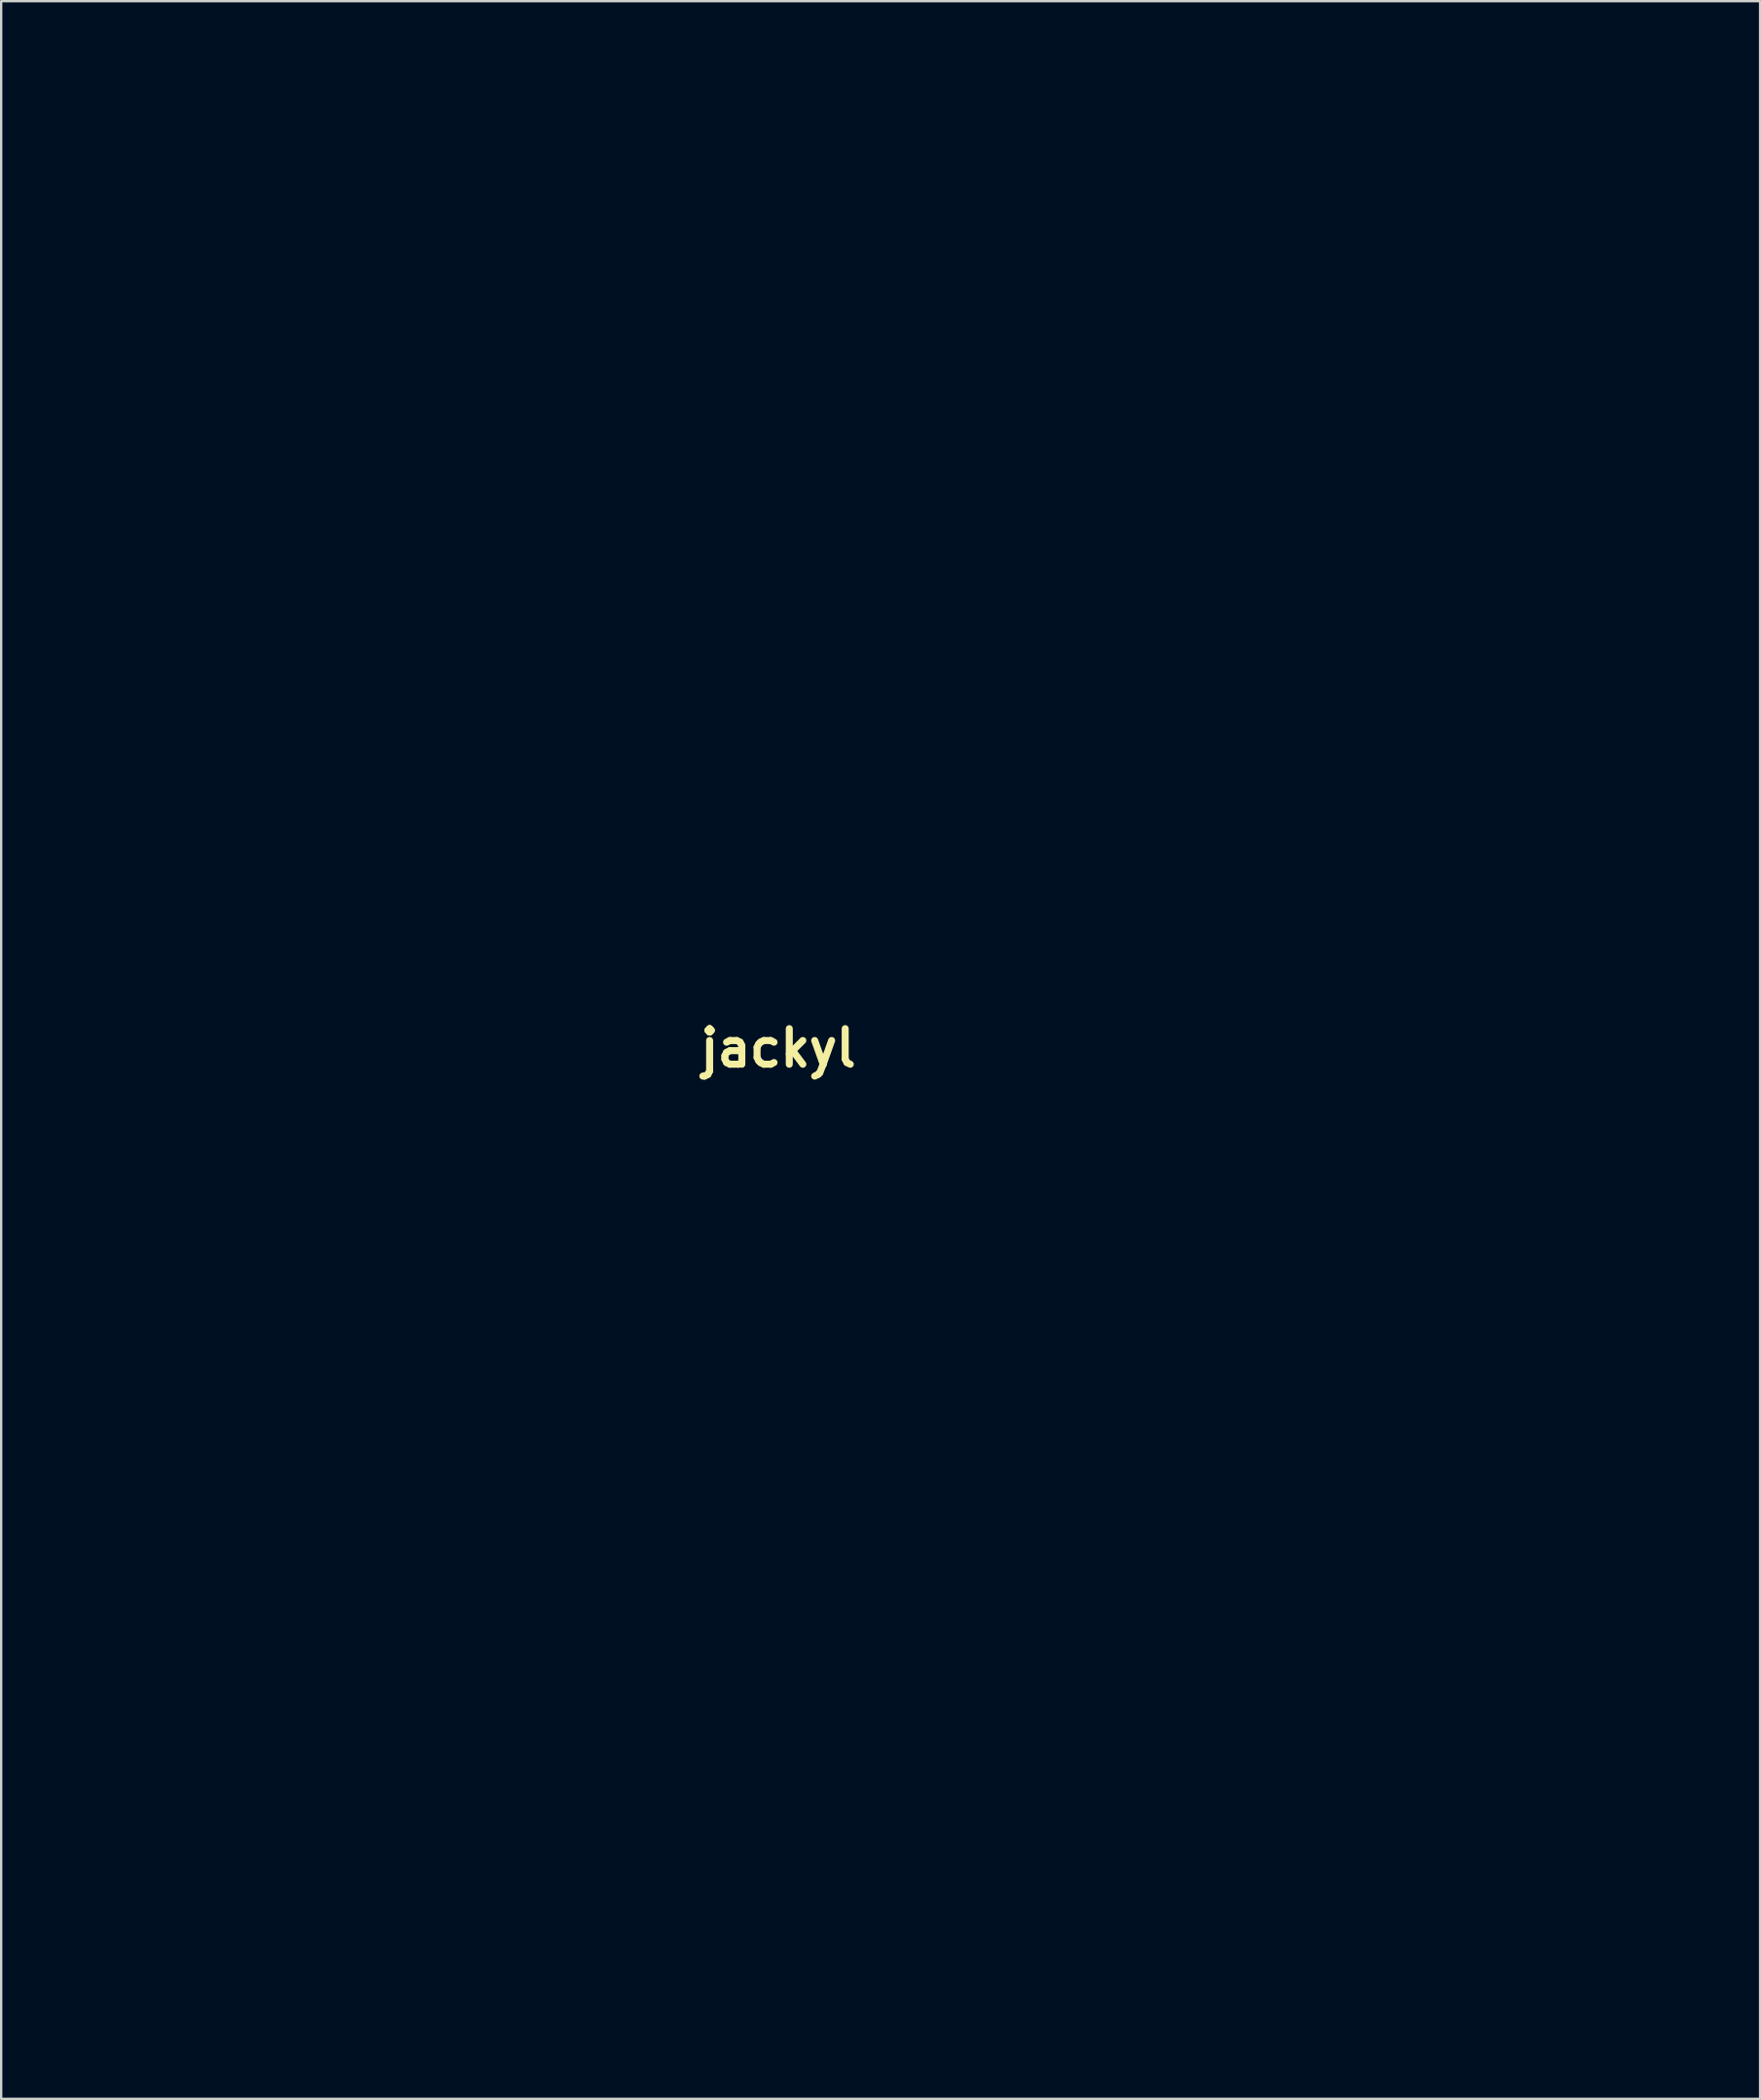
<source format=kicad_pcb>
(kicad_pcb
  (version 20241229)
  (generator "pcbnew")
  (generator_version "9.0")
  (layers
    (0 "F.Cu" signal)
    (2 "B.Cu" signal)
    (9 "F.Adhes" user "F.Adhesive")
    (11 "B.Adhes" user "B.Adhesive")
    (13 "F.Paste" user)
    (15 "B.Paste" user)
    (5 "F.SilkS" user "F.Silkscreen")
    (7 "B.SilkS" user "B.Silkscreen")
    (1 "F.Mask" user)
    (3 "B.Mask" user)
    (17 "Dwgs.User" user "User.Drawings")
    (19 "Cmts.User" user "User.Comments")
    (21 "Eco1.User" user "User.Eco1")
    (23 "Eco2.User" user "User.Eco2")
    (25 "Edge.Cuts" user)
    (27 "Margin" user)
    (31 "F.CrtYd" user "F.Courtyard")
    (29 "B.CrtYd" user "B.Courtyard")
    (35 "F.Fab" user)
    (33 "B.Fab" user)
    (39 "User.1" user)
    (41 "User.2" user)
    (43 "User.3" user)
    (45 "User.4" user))
  (footprint "jackyl"
    (layer "F.Cu")
    (at 30.278 41.826)
    (property "Reference" "jackyl" (at 0 0 0) (layer "F.SilkS") (effects (font (size 1.524 1.524) (thickness 0.3))))
    (attr through_hole)
    (fp_poly (pts (xy -27.164 -16.051) (xy -27.34 -15.875) (xy -27.517 -16.051) (xy -27.34 -16.228) (xy -27.164 -16.051)) (stroke (width 0.01) (type solid)) (fill no) (layer "Eco1.User"))
    (fp_poly (pts (xy -27.164 -15.346) (xy -27.34 -15.169) (xy -27.517 -15.346) (xy -27.34 -15.522) (xy -27.164 -15.346)) (stroke (width 0.01) (type solid)) (fill no) (layer "Eco1.User"))
    (fp_poly (pts (xy -26.106 -12.524) (xy -26.282 -12.347) (xy -26.458 -12.524) (xy -26.282 -12.7) (xy -26.106 -12.524)) (stroke (width 0.01) (type solid)) (fill no) (layer "Eco1.User"))
    (fp_poly (pts (xy -26.106 35.101) (xy -26.282 35.278) (xy -26.458 35.101) (xy -26.282 34.925) (xy -26.106 35.101)) (stroke (width 0.01) (type solid)) (fill no) (layer "Eco1.User"))
    (fp_poly (pts (xy -25.753 34.396) (xy -25.929 34.572) (xy -26.106 34.396) (xy -25.929 34.219) (xy -25.753 34.396)) (stroke (width 0.01) (type solid)) (fill no) (layer "Eco1.User"))
    (fp_poly (pts (xy -25.047 -3.351) (xy -25.224 -3.175) (xy -25.4 -3.351) (xy -25.224 -3.528) (xy -25.047 -3.351)) (stroke (width 0.01) (type solid)) (fill no) (layer "Eco1.User"))
    (fp_poly (pts (xy -24.694 -2.293) (xy -24.871 -2.117) (xy -25.047 -2.293) (xy -24.871 -2.469) (xy -24.694 -2.293)) (stroke (width 0.01) (type solid)) (fill no) (layer "Eco1.User"))
    (fp_poly (pts (xy -24.342 -34.749) (xy -24.518 -34.572) (xy -24.694 -34.749) (xy -24.518 -34.925) (xy -24.342 -34.749)) (stroke (width 0.01) (type solid)) (fill no) (layer "Eco1.User"))
    (fp_poly (pts (xy -24.342 -1.235) (xy -24.518 -1.058) (xy -24.694 -1.235) (xy -24.518 -1.411) (xy -24.342 -1.235)) (stroke (width 0.01) (type solid)) (fill no) (layer "Eco1.User"))
    (fp_poly (pts (xy -23.989 -36.16) (xy -24.165 -35.983) (xy -24.342 -36.16) (xy -24.165 -36.336) (xy -23.989 -36.16)) (stroke (width 0.01) (type solid)) (fill no) (layer "Eco1.User"))
    (fp_poly (pts (xy -23.989 -0.529) (xy -24.165 -0.353) (xy -24.342 -0.529) (xy -24.165 -0.706) (xy -23.989 -0.529)) (stroke (width 0.01) (type solid)) (fill no) (layer "Eco1.User"))
    (fp_poly (pts (xy -23.989 28.046) (xy -24.165 28.222) (xy -24.342 28.046) (xy -24.165 27.869) (xy -23.989 28.046)) (stroke (width 0.01) (type solid)) (fill no) (layer "Eco1.User"))
    (fp_poly (pts (xy -23.636 -34.749) (xy -23.812 -34.572) (xy -23.989 -34.749) (xy -23.812 -34.925) (xy -23.636 -34.749)) (stroke (width 0.01) (type solid)) (fill no) (layer "Eco1.User"))
    (fp_poly (pts (xy -23.636 1.94) (xy -23.812 2.117) (xy -23.989 1.94) (xy -23.812 1.764) (xy -23.636 1.94)) (stroke (width 0.01) (type solid)) (fill no) (layer "Eco1.User"))
    (fp_poly (pts (xy -22.225 28.751) (xy -22.401 28.928) (xy -22.578 28.751) (xy -22.401 28.575) (xy -22.225 28.751)) (stroke (width 0.01) (type solid)) (fill no) (layer "Eco1.User"))
    (fp_poly (pts (xy -22.225 31.926) (xy -22.401 32.103) (xy -22.578 31.926) (xy -22.401 31.75) (xy -22.225 31.926)) (stroke (width 0.01) (type solid)) (fill no) (layer "Eco1.User"))
    (fp_poly (pts (xy -21.872 -39.688) (xy -22.049 -39.511) (xy -22.225 -39.688) (xy -22.049 -39.864) (xy -21.872 -39.688)) (stroke (width 0.01) (type solid)) (fill no) (layer "Eco1.User"))
    (fp_poly (pts (xy -20.814 10.76) (xy -20.99 10.936) (xy -21.167 10.76) (xy -20.99 10.583) (xy -20.814 10.76)) (stroke (width 0.01) (type solid)) (fill no) (layer "Eco1.User"))
    (fp_poly (pts (xy -20.814 12.171) (xy -20.99 12.347) (xy -21.167 12.171) (xy -20.99 11.994) (xy -20.814 12.171)) (stroke (width 0.01) (type solid)) (fill no) (layer "Eco1.User"))
    (fp_poly (pts (xy -20.461 33.69) (xy -20.637 33.867) (xy -20.814 33.69) (xy -20.637 33.514) (xy -20.461 33.69)) (stroke (width 0.01) (type solid)) (fill no) (layer "Eco1.User"))
    (fp_poly (pts (xy -20.108 3.704) (xy -20.285 3.881) (xy -20.461 3.704) (xy -20.285 3.528) (xy -20.108 3.704)) (stroke (width 0.01) (type solid)) (fill no) (layer "Eco1.User"))
    (fp_poly (pts (xy -19.756 10.76) (xy -19.932 10.936) (xy -20.108 10.76) (xy -19.932 10.583) (xy -19.756 10.76)) (stroke (width 0.01) (type solid)) (fill no) (layer "Eco1.User"))
    (fp_poly (pts (xy -19.403 26.635) (xy -19.579 26.811) (xy -19.756 26.635) (xy -19.579 26.458) (xy -19.403 26.635)) (stroke (width 0.01) (type solid)) (fill no) (layer "Eco1.User"))
    (fp_poly (pts (xy -19.403 27.693) (xy -19.579 27.869) (xy -19.756 27.693) (xy -19.579 27.517) (xy -19.403 27.693)) (stroke (width 0.01) (type solid)) (fill no) (layer "Eco1.User"))
    (fp_poly (pts (xy -18.697 28.046) (xy -18.874 28.222) (xy -19.05 28.046) (xy -18.874 27.869) (xy -18.697 28.046)) (stroke (width 0.01) (type solid)) (fill no) (layer "Eco1.User"))
    (fp_poly (pts (xy -17.992 -38.982) (xy -18.168 -38.806) (xy -18.344 -38.982) (xy -18.168 -39.158) (xy -17.992 -38.982)) (stroke (width 0.01) (type solid)) (fill no) (layer "Eco1.User"))
    (fp_poly (pts (xy -17.992 26.635) (xy -18.168 26.811) (xy -18.344 26.635) (xy -18.168 26.458) (xy -17.992 26.635)) (stroke (width 0.01) (type solid)) (fill no) (layer "Eco1.User"))
    (fp_poly (pts (xy -17.639 34.396) (xy -17.815 34.572) (xy -17.992 34.396) (xy -17.815 34.219) (xy -17.639 34.396)) (stroke (width 0.01) (type solid)) (fill no) (layer "Eco1.User"))
    (fp_poly (pts (xy -17.286 -13.582) (xy -17.462 -13.406) (xy -17.639 -13.582) (xy -17.462 -13.758) (xy -17.286 -13.582)) (stroke (width 0.01) (type solid)) (fill no) (layer "Eco1.User"))
    (fp_poly (pts (xy -17.286 -9.701) (xy -17.462 -9.525) (xy -17.639 -9.701) (xy -17.462 -9.878) (xy -17.286 -9.701)) (stroke (width 0.01) (type solid)) (fill no) (layer "Eco1.User"))
    (fp_poly (pts (xy -17.286 24.518) (xy -17.462 24.694) (xy -17.639 24.518) (xy -17.462 24.342) (xy -17.286 24.518)) (stroke (width 0.01) (type solid)) (fill no) (layer "Eco1.User"))
    (fp_poly (pts (xy -16.933 26.282) (xy -17.11 26.458) (xy -17.286 26.282) (xy -17.11 26.106) (xy -16.933 26.282)) (stroke (width 0.01) (type solid)) (fill no) (layer "Eco1.User"))
    (fp_poly (pts (xy -16.581 -30.868) (xy -16.757 -30.692) (xy -16.933 -30.868) (xy -16.757 -31.044) (xy -16.581 -30.868)) (stroke (width 0.01) (type solid)) (fill no) (layer "Eco1.User"))
    (fp_poly (pts (xy -16.581 -1.94) (xy -16.757 -1.764) (xy -16.933 -1.94) (xy -16.757 -2.117) (xy -16.581 -1.94)) (stroke (width 0.01) (type solid)) (fill no) (layer "Eco1.User"))
    (fp_poly (pts (xy -16.228 34.749) (xy -16.404 34.925) (xy -16.581 34.749) (xy -16.404 34.572) (xy -16.228 34.749)) (stroke (width 0.01) (type solid)) (fill no) (layer "Eco1.User"))
    (fp_poly (pts (xy -15.875 -29.104) (xy -16.051 -28.928) (xy -16.228 -29.104) (xy -16.051 -29.281) (xy -15.875 -29.104)) (stroke (width 0.01) (type solid)) (fill no) (layer "Eco1.User"))
    (fp_poly (pts (xy -15.875 -24.871) (xy -16.051 -24.694) (xy -16.228 -24.871) (xy -16.051 -25.047) (xy -15.875 -24.871)) (stroke (width 0.01) (type solid)) (fill no) (layer "Eco1.User"))
    (fp_poly (pts (xy -15.522 -28.046) (xy -15.699 -27.869) (xy -15.875 -28.046) (xy -15.699 -28.222) (xy -15.522 -28.046)) (stroke (width 0.01) (type solid)) (fill no) (layer "Eco1.User"))
    (fp_poly (pts (xy -15.522 -27.34) (xy -15.699 -27.164) (xy -15.875 -27.34) (xy -15.699 -27.517) (xy -15.522 -27.34)) (stroke (width 0.01) (type solid)) (fill no) (layer "Eco1.User"))
    (fp_poly (pts (xy -14.817 34.749) (xy -14.993 34.925) (xy -15.169 34.749) (xy -14.993 34.572) (xy -14.817 34.749)) (stroke (width 0.01) (type solid)) (fill no) (layer "Eco1.User"))
    (fp_poly (pts (xy -13.758 -25.224) (xy -13.935 -25.047) (xy -14.111 -25.224) (xy -13.935 -25.4) (xy -13.758 -25.224)) (stroke (width 0.01) (type solid)) (fill no) (layer "Eco1.User"))
    (fp_poly (pts (xy -13.053 -23.46) (xy -13.229 -23.283) (xy -13.406 -23.46) (xy -13.229 -23.636) (xy -13.053 -23.46)) (stroke (width 0.01) (type solid)) (fill no) (layer "Eco1.User"))
    (fp_poly (pts (xy -13.053 35.101) (xy -13.229 35.278) (xy -13.406 35.101) (xy -13.229 34.925) (xy -13.053 35.101)) (stroke (width 0.01) (type solid)) (fill no) (layer "Eco1.User"))
    (fp_poly (pts (xy -11.994 -22.754) (xy -12.171 -22.578) (xy -12.347 -22.754) (xy -12.171 -22.931) (xy -11.994 -22.754)) (stroke (width 0.01) (type solid)) (fill no) (layer "Eco1.User"))
    (fp_poly (pts (xy -10.936 -17.815) (xy -11.113 -17.639) (xy -11.289 -17.815) (xy -11.113 -17.992) (xy -10.936 -17.815)) (stroke (width 0.01) (type solid)) (fill no) (layer "Eco1.User"))
    (fp_poly (pts (xy -10.936 -16.051) (xy -11.113 -15.875) (xy -11.289 -16.051) (xy -11.113 -16.228) (xy -10.936 -16.051)) (stroke (width 0.01) (type solid)) (fill no) (layer "Eco1.User"))
    (fp_poly (pts (xy -10.936 35.454) (xy -11.113 35.631) (xy -11.289 35.454) (xy -11.113 35.278) (xy -10.936 35.454)) (stroke (width 0.01) (type solid)) (fill no) (layer "Eco1.User"))
    (fp_poly (pts (xy -9.525 -14.287) (xy -9.701 -14.111) (xy -9.878 -14.287) (xy -9.701 -14.464) (xy -9.525 -14.287)) (stroke (width 0.01) (type solid)) (fill no) (layer "Eco1.User"))
    (fp_poly (pts (xy -9.172 34.043) (xy -9.349 34.219) (xy -9.525 34.043) (xy -9.349 33.867) (xy -9.172 34.043)) (stroke (width 0.01) (type solid)) (fill no) (layer "Eco1.User"))
    (fp_poly (pts (xy -8.819 34.749) (xy -8.996 34.925) (xy -9.172 34.749) (xy -8.996 34.572) (xy -8.819 34.749)) (stroke (width 0.01) (type solid)) (fill no) (layer "Eco1.User"))
    (fp_poly (pts (xy -8.467 -11.818) (xy -8.643 -11.642) (xy -8.819 -11.818) (xy -8.643 -11.994) (xy -8.467 -11.818)) (stroke (width 0.01) (type solid)) (fill no) (layer "Eco1.User"))
    (fp_poly (pts (xy -8.114 -11.113) (xy -8.29 -10.936) (xy -8.467 -11.113) (xy -8.29 -11.289) (xy -8.114 -11.113)) (stroke (width 0.01) (type solid)) (fill no) (layer "Eco1.User"))
    (fp_poly (pts (xy -7.408 35.454) (xy -7.585 35.631) (xy -7.761 35.454) (xy -7.585 35.278) (xy -7.408 35.454)) (stroke (width 0.01) (type solid)) (fill no) (layer "Eco1.User"))
    (fp_poly (pts (xy -6.35 8.29) (xy -6.526 8.467) (xy -6.703 8.29) (xy -6.526 8.114) (xy -6.35 8.29)) (stroke (width 0.01) (type solid)) (fill no) (layer "Eco1.User"))
    (fp_poly (pts (xy -4.586 27.693) (xy -4.763 27.869) (xy -4.939 27.693) (xy -4.763 27.517) (xy -4.586 27.693)) (stroke (width 0.01) (type solid)) (fill no) (layer "Eco1.User"))
    (fp_poly (pts (xy -4.586 29.81) (xy -4.763 29.986) (xy -4.939 29.81) (xy -4.763 29.633) (xy -4.586 29.81)) (stroke (width 0.01) (type solid)) (fill no) (layer "Eco1.User"))
    (fp_poly (pts (xy -3.881 -4.763) (xy -4.057 -4.586) (xy -4.233 -4.763) (xy -4.057 -4.939) (xy -3.881 -4.763)) (stroke (width 0.01) (type solid)) (fill no) (layer "Eco1.User"))
    (fp_poly (pts (xy -3.175 -2.999) (xy -3.351 -2.822) (xy -3.528 -2.999) (xy -3.351 -3.175) (xy -3.175 -2.999)) (stroke (width 0.01) (type solid)) (fill no) (layer "Eco1.User"))
    (fp_poly (pts (xy 0 -2.646) (xy -0.176 -2.469) (xy -0.353 -2.646) (xy -0.176 -2.822) (xy 0 -2.646)) (stroke (width 0.01) (type solid)) (fill no) (layer "Eco1.User"))
    (fp_poly (pts (xy 3.528 25.929) (xy 3.351 26.106) (xy 3.175 25.929) (xy 3.351 25.753) (xy 3.528 25.929)) (stroke (width 0.01) (type solid)) (fill no) (layer "Eco1.User"))
    (fp_poly (pts (xy 3.528 28.399) (xy 3.351 28.575) (xy 3.175 28.399) (xy 3.351 28.222) (xy 3.528 28.399)) (stroke (width 0.01) (type solid)) (fill no) (layer "Eco1.User"))
    (fp_poly (pts (xy 3.528 32.985) (xy 3.351 33.161) (xy 3.175 32.985) (xy 3.351 32.808) (xy 3.528 32.985)) (stroke (width 0.01) (type solid)) (fill no) (layer "Eco1.User"))
    (fp_poly (pts (xy 4.233 -1.94) (xy 4.057 -1.764) (xy 3.881 -1.94) (xy 4.057 -2.117) (xy 4.233 -1.94)) (stroke (width 0.01) (type solid)) (fill no) (layer "Eco1.User"))
    (fp_poly (pts (xy 4.233 41.804) (xy 4.057 41.981) (xy 3.881 41.804) (xy 4.057 41.628) (xy 4.233 41.804)) (stroke (width 0.01) (type solid)) (fill no) (layer "Eco1.User"))
    (fp_poly (pts (xy 5.292 -3.351) (xy 5.115 -3.175) (xy 4.939 -3.351) (xy 5.115 -3.528) (xy 5.292 -3.351)) (stroke (width 0.01) (type solid)) (fill no) (layer "Eco1.User"))
    (fp_poly (pts (xy 6.35 20.285) (xy 6.174 20.461) (xy 5.997 20.285) (xy 6.174 20.108) (xy 6.35 20.285)) (stroke (width 0.01) (type solid)) (fill no) (layer "Eco1.User"))
    (fp_poly (pts (xy 12.347 18.874) (xy 12.171 19.05) (xy 11.994 18.874) (xy 12.171 18.697) (xy 12.347 18.874)) (stroke (width 0.01) (type solid)) (fill no) (layer "Eco1.User"))
    (fp_poly (pts (xy 13.053 18.521) (xy 12.876 18.697) (xy 12.7 18.521) (xy 12.876 18.344) (xy 13.053 18.521)) (stroke (width 0.01) (type solid)) (fill no) (layer "Eco1.User"))
    (fp_poly (pts (xy 13.406 2.293) (xy 13.229 2.469) (xy 13.053 2.293) (xy 13.229 2.117) (xy 13.406 2.293)) (stroke (width 0.01) (type solid)) (fill no) (layer "Eco1.User"))
    (fp_poly (pts (xy 13.758 18.168) (xy 13.582 18.344) (xy 13.406 18.168) (xy 13.582 17.992) (xy 13.758 18.168)) (stroke (width 0.01) (type solid)) (fill no) (layer "Eco1.User"))
    (fp_poly (pts (xy 23.636 11.818) (xy 23.46 11.994) (xy 23.283 11.818) (xy 23.46 11.642) (xy 23.636 11.818)) (stroke (width 0.01) (type solid)) (fill no) (layer "Eco1.User"))
    (fp_poly (pts (xy 26.106 8.643) (xy 25.929 8.819) (xy 25.753 8.643) (xy 25.929 8.467) (xy 26.106 8.643)) (stroke (width 0.01) (type solid)) (fill no) (layer "Eco1.User"))
    (fp_poly (pts (xy 32.456 15.699) (xy 32.279 15.875) (xy 32.103 15.699) (xy 32.279 15.522) (xy 32.456 15.699)) (stroke (width 0.01) (type solid)) (fill no) (layer "Eco1.User"))
    (fp_poly (pts (xy 33.161 15.346) (xy 32.985 15.522) (xy 32.808 15.346) (xy 32.985 15.169) (xy 33.161 15.346)) (stroke (width 0.01) (type solid)) (fill no) (layer "Eco1.User"))
    (fp_poly (pts (xy 34.572 13.582) (xy 34.396 13.758) (xy 34.219 13.582) (xy 34.396 13.406) (xy 34.572 13.582)) (stroke (width 0.01) (type solid)) (fill no) (layer "Eco1.User"))
    (fp_poly (pts (xy 36.336 9.349) (xy 36.16 9.525) (xy 35.983 9.349) (xy 36.16 9.172) (xy 36.336 9.349)) (stroke (width 0.01) (type solid)) (fill no) (layer "Eco1.User"))
    (fp_poly (pts (xy 36.336 12.876) (xy 36.16 13.053) (xy 35.983 12.876) (xy 36.16 12.7) (xy 36.336 12.876)) (stroke (width 0.01) (type solid)) (fill no) (layer "Eco1.User"))
    (fp_poly (pts (xy 36.689 6.526) (xy 36.513 6.703) (xy 36.336 6.526) (xy 36.513 6.35) (xy 36.689 6.526)) (stroke (width 0.01) (type solid)) (fill no) (layer "Eco1.User"))
    (fp_poly (pts (xy 36.689 10.054) (xy 36.513 10.231) (xy 36.336 10.054) (xy 36.513 9.878) (xy 36.689 10.054)) (stroke (width 0.01) (type solid)) (fill no) (layer "Eco1.User"))
    (fp_poly (pts (xy -25.872 -7.144) (xy -25.825 -6.421) (xy -25.872 -6.262) (xy -26.001 -6.217) (xy -26.05 -6.703) (xy -25.994 -7.204) (xy -25.872 -7.144)) (stroke (width 0.01) (type solid)) (fill no) (layer "Eco1.User"))
    (fp_poly (pts (xy -25.518 -4.821) (xy -25.475 -4.403) (xy -25.518 -4.351) (xy -25.727 -4.399) (xy -25.753 -4.586) (xy -25.624 -4.876) (xy -25.518 -4.821)) (stroke (width 0.01) (type solid)) (fill no) (layer "Eco1.User"))
    (fp_poly (pts (xy -24.806 -30.052) (xy -24.764 -29.501) (xy -24.834 -29.376) (xy -24.994 -29.481) (xy -25.019 -29.839) (xy -24.933 -30.216) (xy -24.806 -30.052)) (stroke (width 0.01) (type solid)) (fill no) (layer "Eco1.User"))
    (fp_poly (pts (xy -24.459 -31.985) (xy -24.417 -31.567) (xy -24.459 -31.515) (xy -24.669 -31.563) (xy -24.694 -31.75) (xy -24.565 -32.04) (xy -24.459 -31.985)) (stroke (width 0.01) (type solid)) (fill no) (layer "Eco1.User"))
    (fp_poly (pts (xy -24.106 -33.749) (xy -24.064 -33.33) (xy -24.106 -33.279) (xy -24.316 -33.327) (xy -24.342 -33.514) (xy -24.213 -33.804) (xy -24.106 -33.749)) (stroke (width 0.01) (type solid)) (fill no) (layer "Eco1.User"))
    (fp_poly (pts (xy -23.401 -36.219) (xy -23.359 -35.8) (xy -23.401 -35.748) (xy -23.611 -35.797) (xy -23.636 -35.983) (xy -23.507 -36.274) (xy -23.401 -36.219)) (stroke (width 0.01) (type solid)) (fill no) (layer "Eco1.User"))
    (fp_poly (pts (xy -23.401 23.401) (xy -23.359 23.82) (xy -23.401 23.871) (xy -23.611 23.823) (xy -23.636 23.636) (xy -23.507 23.346) (xy -23.401 23.401)) (stroke (width 0.01) (type solid)) (fill no) (layer "Eco1.User"))
    (fp_poly (pts (xy -23.401 30.104) (xy -23.359 30.522) (xy -23.401 30.574) (xy -23.611 30.526) (xy -23.636 30.339) (xy -23.507 30.049) (xy -23.401 30.104)) (stroke (width 0.01) (type solid)) (fill no) (layer "Eco1.User"))
    (fp_poly (pts (xy -23.048 -37.277) (xy -23.006 -36.858) (xy -23.048 -36.806) (xy -23.258 -36.855) (xy -23.283 -37.042) (xy -23.154 -37.332) (xy -23.048 -37.277)) (stroke (width 0.01) (type solid)) (fill no) (layer "Eco1.User"))
    (fp_poly (pts (xy -23.048 29.045) (xy -23.006 29.464) (xy -23.048 29.516) (xy -23.258 29.467) (xy -23.283 29.281) (xy -23.154 28.99) (xy -23.048 29.045)) (stroke (width 0.01) (type solid)) (fill no) (layer "Eco1.User"))
    (fp_poly (pts (xy -22.695 -40.452) (xy -22.653 -40.033) (xy -22.695 -39.981) (xy -22.905 -40.03) (xy -22.931 -40.217) (xy -22.801 -40.507) (xy -22.695 -40.452)) (stroke (width 0.01) (type solid)) (fill no) (layer "Eco1.User"))
    (fp_poly (pts (xy -22.695 -38.335) (xy -22.653 -37.917) (xy -22.695 -37.865) (xy -22.905 -37.913) (xy -22.931 -38.1) (xy -22.801 -38.39) (xy -22.695 -38.335)) (stroke (width 0.01) (type solid)) (fill no) (layer "Eco1.User"))
    (fp_poly (pts (xy -22.695 27.281) (xy -22.653 27.7) (xy -22.695 27.752) (xy -22.905 27.703) (xy -22.931 27.517) (xy -22.801 27.226) (xy -22.695 27.281)) (stroke (width 0.01) (type solid)) (fill no) (layer "Eco1.User"))
    (fp_poly (pts (xy -21.984 23.57) (xy -21.942 24.121) (xy -22.012 24.246) (xy -22.172 24.141) (xy -22.197 23.783) (xy -22.111 23.407) (xy -21.984 23.57)) (stroke (width 0.01) (type solid)) (fill no) (layer "Eco1.User"))
    (fp_poly (pts (xy -21.639 20.373) (xy -21.592 21.095) (xy -21.639 21.255) (xy -21.767 21.299) (xy -21.817 20.814) (xy -21.761 20.313) (xy -21.639 20.373)) (stroke (width 0.01) (type solid)) (fill no) (layer "Eco1.User"))
    (fp_poly (pts (xy -21.278 17.926) (xy -21.236 18.477) (xy -21.306 18.602) (xy -21.467 18.496) (xy -21.492 18.139) (xy -21.405 17.762) (xy -21.278 17.926)) (stroke (width 0.01) (type solid)) (fill no) (layer "Eco1.User"))
    (fp_poly (pts (xy -20.931 9.29) (xy -20.889 9.708) (xy -20.931 9.76) (xy -21.141 9.712) (xy -21.167 9.525) (xy -21.038 9.235) (xy -20.931 9.29)) (stroke (width 0.01) (type solid)) (fill no) (layer "Eco1.User"))
    (fp_poly (pts (xy -20.926 15.456) (xy -20.884 16.007) (xy -20.954 16.132) (xy -21.114 16.027) (xy -21.139 15.669) (xy -21.053 15.293) (xy -20.926 15.456)) (stroke (width 0.01) (type solid)) (fill no) (layer "Eco1.User"))
    (fp_poly (pts (xy -20.573 13.692) (xy -20.531 14.244) (xy -20.601 14.368) (xy -20.761 14.263) (xy -20.786 13.905) (xy -20.7 13.529) (xy -20.573 13.692)) (stroke (width 0.01) (type solid)) (fill no) (layer "Eco1.User"))
    (fp_poly (pts (xy -20.22 11.928) (xy -20.178 12.48) (xy -20.248 12.604) (xy -20.408 12.499) (xy -20.433 12.141) (xy -20.347 11.765) (xy -20.22 11.928)) (stroke (width 0.01) (type solid)) (fill no) (layer "Eco1.User"))
    (fp_poly (pts (xy -19.515 8.401) (xy -19.473 8.952) (xy -19.542 9.077) (xy -19.703 8.971) (xy -19.728 8.614) (xy -19.642 8.237) (xy -19.515 8.401)) (stroke (width 0.01) (type solid)) (fill no) (layer "Eco1.User"))
    (fp_poly (pts (xy -19.162 6.637) (xy -19.12 7.188) (xy -19.19 7.313) (xy -19.35 7.208) (xy -19.375 6.85) (xy -19.289 6.473) (xy -19.162 6.637)) (stroke (width 0.01) (type solid)) (fill no) (layer "Eco1.User"))
    (fp_poly (pts (xy -18.815 4.704) (xy -18.773 5.122) (xy -18.815 5.174) (xy -19.025 5.126) (xy -19.05 4.939) (xy -18.921 4.649) (xy -18.815 4.704)) (stroke (width 0.01) (type solid)) (fill no) (layer "Eco1.User"))
    (fp_poly (pts (xy -18.815 26.223) (xy -18.773 26.642) (xy -18.815 26.694) (xy -19.025 26.645) (xy -19.05 26.458) (xy -18.921 26.168) (xy -18.815 26.223)) (stroke (width 0.01) (type solid)) (fill no) (layer "Eco1.User"))
    (fp_poly (pts (xy -18.815 31.162) (xy -18.863 31.372) (xy -19.05 31.397) (xy -19.34 31.268) (xy -19.285 31.162) (xy -18.867 31.12) (xy -18.815 31.162)) (stroke (width 0.01) (type solid)) (fill no) (layer "Eco1.User"))
    (fp_poly (pts (xy -18.456 24.628) (xy -18.414 25.18) (xy -18.484 25.304) (xy -18.644 25.199) (xy -18.669 24.841) (xy -18.583 24.465) (xy -18.456 24.628)) (stroke (width 0.01) (type solid)) (fill no) (layer "Eco1.User"))
    (fp_poly (pts (xy -18.109 -32.691) (xy -18.067 -32.272) (xy -18.109 -32.22) (xy -18.319 -32.269) (xy -18.344 -32.456) (xy -18.215 -32.746) (xy -18.109 -32.691)) (stroke (width 0.01) (type solid)) (fill no) (layer "Eco1.User"))
    (fp_poly (pts (xy -18.109 -10.466) (xy -18.067 -10.047) (xy -18.109 -9.995) (xy -18.319 -10.044) (xy -18.344 -10.231) (xy -18.215 -10.521) (xy -18.109 -10.466)) (stroke (width 0.01) (type solid)) (fill no) (layer "Eco1.User"))
    (fp_poly (pts (xy -17.751 -37.461) (xy -17.709 -36.909) (xy -17.779 -36.784) (xy -17.939 -36.89) (xy -17.964 -37.247) (xy -17.878 -37.624) (xy -17.751 -37.461)) (stroke (width 0.01) (type solid)) (fill no) (layer "Eco1.User"))
    (fp_poly (pts (xy -17.751 25.334) (xy -17.709 25.885) (xy -17.779 26.01) (xy -17.939 25.905) (xy -17.964 25.547) (xy -17.878 25.171) (xy -17.751 25.334)) (stroke (width 0.01) (type solid)) (fill no) (layer "Eco1.User"))
    (fp_poly (pts (xy -17.404 27.281) (xy -17.361 27.7) (xy -17.404 27.752) (xy -17.613 27.703) (xy -17.639 27.517) (xy -17.51 27.226) (xy -17.404 27.281)) (stroke (width 0.01) (type solid)) (fill no) (layer "Eco1.User"))
    (fp_poly (pts (xy -17.398 -35.697) (xy -17.356 -35.145) (xy -17.426 -35.021) (xy -17.586 -35.126) (xy -17.611 -35.484) (xy -17.525 -35.86) (xy -17.398 -35.697)) (stroke (width 0.01) (type solid)) (fill no) (layer "Eco1.User"))
    (fp_poly (pts (xy -17.398 -15.941) (xy -17.356 -15.39) (xy -17.426 -15.265) (xy -17.586 -15.37) (xy -17.611 -15.728) (xy -17.525 -16.104) (xy -17.398 -15.941)) (stroke (width 0.01) (type solid)) (fill no) (layer "Eco1.User"))
    (fp_poly (pts (xy -17.051 -34.455) (xy -17.009 -34.036) (xy -17.051 -33.984) (xy -17.261 -34.033) (xy -17.286 -34.219) (xy -17.157 -34.51) (xy -17.051 -34.455)) (stroke (width 0.01) (type solid)) (fill no) (layer "Eco1.User"))
    (fp_poly (pts (xy -17.029 -0.919) (xy -17.134 -0.758) (xy -17.492 -0.733) (xy -17.868 -0.82) (xy -17.705 -0.947) (xy -17.154 -0.989) (xy -17.029 -0.919)) (stroke (width 0.01) (type solid)) (fill no) (layer "Eco1.User"))
    (fp_poly (pts (xy -16.698 -33.396) (xy -16.656 -32.978) (xy -16.698 -32.926) (xy -16.908 -32.974) (xy -16.933 -33.161) (xy -16.804 -33.451) (xy -16.698 -33.396)) (stroke (width 0.01) (type solid)) (fill no) (layer "Eco1.User"))
    (fp_poly (pts (xy -16.698 -19.991) (xy -16.656 -19.572) (xy -16.698 -19.52) (xy -16.908 -19.569) (xy -16.933 -19.756) (xy -16.804 -20.046) (xy -16.698 -19.991)) (stroke (width 0.01) (type solid)) (fill no) (layer "Eco1.User"))
    (fp_poly (pts (xy -16.698 24.812) (xy -16.656 25.231) (xy -16.698 25.282) (xy -16.908 25.234) (xy -16.933 25.047) (xy -16.804 24.757) (xy -16.698 24.812)) (stroke (width 0.01) (type solid)) (fill no) (layer "Eco1.User"))
    (fp_poly (pts (xy -16.692 -9.591) (xy -16.65 -9.04) (xy -16.72 -8.915) (xy -16.881 -9.02) (xy -16.905 -9.378) (xy -16.819 -9.754) (xy -16.692 -9.591)) (stroke (width 0.01) (type solid)) (fill no) (layer "Eco1.User"))
    (fp_poly (pts (xy -16.345 -32.338) (xy -16.303 -31.919) (xy -16.345 -31.868) (xy -16.555 -31.916) (xy -16.581 -32.103) (xy -16.451 -32.393) (xy -16.345 -32.338)) (stroke (width 0.01) (type solid)) (fill no) (layer "Eco1.User"))
    (fp_poly (pts (xy -16.345 -30.221) (xy -16.303 -29.803) (xy -16.345 -29.751) (xy -16.555 -29.799) (xy -16.581 -29.986) (xy -16.451 -30.276) (xy -16.345 -30.221)) (stroke (width 0.01) (type solid)) (fill no) (layer "Eco1.User"))
    (fp_poly (pts (xy -16.345 -8.349) (xy -16.303 -7.93) (xy -16.345 -7.879) (xy -16.555 -7.927) (xy -16.581 -8.114) (xy -16.451 -8.404) (xy -16.345 -8.349)) (stroke (width 0.01) (type solid)) (fill no) (layer "Eco1.User"))
    (fp_poly (pts (xy -16.34 -15.941) (xy -16.298 -15.39) (xy -16.367 -15.265) (xy -16.528 -15.37) (xy -16.553 -15.728) (xy -16.467 -16.104) (xy -16.34 -15.941)) (stroke (width 0.01) (type solid)) (fill no) (layer "Eco1.User"))
    (fp_poly (pts (xy -16.34 26.392) (xy -16.298 26.944) (xy -16.367 27.068) (xy -16.528 26.963) (xy -16.553 26.605) (xy -16.467 26.229) (xy -16.34 26.392)) (stroke (width 0.01) (type solid)) (fill no) (layer "Eco1.User"))
    (fp_poly (pts (xy -15.993 -31.28) (xy -15.95 -30.861) (xy -15.993 -30.809) (xy -16.202 -30.858) (xy -16.228 -31.044) (xy -16.099 -31.335) (xy -15.993 -31.28)) (stroke (width 0.01) (type solid)) (fill no) (layer "Eco1.User"))
    (fp_poly (pts (xy -15.993 25.165) (xy -15.95 25.583) (xy -15.993 25.635) (xy -16.202 25.587) (xy -16.228 25.4) (xy -16.099 25.11) (xy -15.993 25.165)) (stroke (width 0.01) (type solid)) (fill no) (layer "Eco1.User"))
    (fp_poly (pts (xy -15.64 -30.221) (xy -15.598 -29.803) (xy -15.64 -29.751) (xy -15.85 -29.799) (xy -15.875 -29.986) (xy -15.746 -30.276) (xy -15.64 -30.221)) (stroke (width 0.01) (type solid)) (fill no) (layer "Eco1.User"))
    (fp_poly (pts (xy -15.287 -29.163) (xy -15.245 -28.744) (xy -15.287 -28.693) (xy -15.497 -28.741) (xy -15.522 -28.928) (xy -15.393 -29.218) (xy -15.287 -29.163)) (stroke (width 0.01) (type solid)) (fill no) (layer "Eco1.User"))
    (fp_poly (pts (xy -14.934 -14.346) (xy -14.892 -13.928) (xy -14.934 -13.876) (xy -15.144 -13.924) (xy -15.169 -14.111) (xy -15.04 -14.401) (xy -14.934 -14.346)) (stroke (width 0.01) (type solid)) (fill no) (layer "Eco1.User"))
    (fp_poly (pts (xy -14.581 29.398) (xy -14.63 29.608) (xy -14.817 29.633) (xy -15.107 29.504) (xy -15.052 29.398) (xy -14.633 29.356) (xy -14.581 29.398)) (stroke (width 0.01) (type solid)) (fill no) (layer "Eco1.User"))
    (fp_poly (pts (xy -14.229 -26.341) (xy -14.186 -25.922) (xy -14.229 -25.87) (xy -14.438 -25.919) (xy -14.464 -26.106) (xy -14.335 -26.396) (xy -14.229 -26.341)) (stroke (width 0.01) (type solid)) (fill no) (layer "Eco1.User"))
    (fp_poly (pts (xy -13.523 -24.577) (xy -13.481 -24.158) (xy -13.523 -24.106) (xy -13.733 -24.155) (xy -13.758 -24.342) (xy -13.629 -24.632) (xy -13.523 -24.577)) (stroke (width 0.01) (type solid)) (fill no) (layer "Eco1.User"))
    (fp_poly (pts (xy -12.818 -22.813) (xy -12.775 -22.394) (xy -12.818 -22.343) (xy -13.027 -22.391) (xy -13.053 -22.578) (xy -12.924 -22.868) (xy -12.818 -22.813)) (stroke (width 0.01) (type solid)) (fill no) (layer "Eco1.User"))
    (fp_poly (pts (xy -12.818 32.573) (xy -12.866 32.783) (xy -13.053 32.808) (xy -13.343 32.679) (xy -13.288 32.573) (xy -12.869 32.531) (xy -12.818 32.573)) (stroke (width 0.01) (type solid)) (fill no) (layer "Eco1.User"))
    (fp_poly (pts (xy -11.759 -19.991) (xy -11.717 -19.572) (xy -11.759 -19.52) (xy -11.969 -19.569) (xy -11.994 -19.756) (xy -11.865 -20.046) (xy -11.759 -19.991)) (stroke (width 0.01) (type solid)) (fill no) (layer "Eco1.User"))
    (fp_poly (pts (xy -11.406 -18.932) (xy -11.364 -18.514) (xy -11.406 -18.462) (xy -11.616 -18.51) (xy -11.642 -18.697) (xy -11.513 -18.988) (xy -11.406 -18.932)) (stroke (width 0.01) (type solid)) (fill no) (layer "Eco1.User"))
    (fp_poly (pts (xy -10.701 -17.169) (xy -10.659 -16.75) (xy -10.701 -16.698) (xy -10.911 -16.747) (xy -10.936 -16.933) (xy -10.807 -17.224) (xy -10.701 -17.169)) (stroke (width 0.01) (type solid)) (fill no) (layer "Eco1.User"))
    (fp_poly (pts (xy -9.643 35.395) (xy -9.691 35.605) (xy -9.878 35.631) (xy -10.168 35.501) (xy -10.113 35.395) (xy -9.694 35.353) (xy -9.643 35.395)) (stroke (width 0.01) (type solid)) (fill no) (layer "Eco1.User"))
    (fp_poly (pts (xy -8.937 32.926) (xy -8.895 33.345) (xy -8.937 33.396) (xy -9.147 33.348) (xy -9.172 33.161) (xy -9.043 32.871) (xy -8.937 32.926)) (stroke (width 0.01) (type solid)) (fill no) (layer "Eco1.User"))
    (fp_poly (pts (xy -8.584 30.809) (xy -8.633 31.019) (xy -8.819 31.044) (xy -9.11 30.915) (xy -9.055 30.809) (xy -8.636 30.767) (xy -8.584 30.809)) (stroke (width 0.01) (type solid)) (fill no) (layer "Eco1.User"))
    (fp_poly (pts (xy -8.231 35.395) (xy -8.28 35.605) (xy -8.467 35.631) (xy -8.757 35.501) (xy -8.702 35.395) (xy -8.283 35.353) (xy -8.231 35.395)) (stroke (width 0.01) (type solid)) (fill no) (layer "Eco1.User"))
    (fp_poly (pts (xy -7.527 3.792) (xy -7.481 4.515) (xy -7.527 4.674) (xy -7.656 4.719) (xy -7.705 4.233) (xy -7.65 3.733) (xy -7.527 3.792)) (stroke (width 0.01) (type solid)) (fill no) (layer "Eco1.User"))
    (fp_poly (pts (xy -6.468 5.056) (xy -6.425 5.475) (xy -6.468 5.527) (xy -6.677 5.478) (xy -6.703 5.292) (xy -6.574 5.001) (xy -6.468 5.056)) (stroke (width 0.01) (type solid)) (fill no) (layer "Eco1.User"))
    (fp_poly (pts (xy -5.409 -5.174) (xy -5.458 -4.964) (xy -5.644 -4.939) (xy -5.935 -5.068) (xy -5.88 -5.174) (xy -5.461 -5.216) (xy -5.409 -5.174)) (stroke (width 0.01) (type solid)) (fill no) (layer "Eco1.User"))
    (fp_poly (pts (xy -4.352 -27.605) (xy -4.306 -26.883) (xy -4.352 -26.723) (xy -4.481 -26.679) (xy -4.53 -27.164) (xy -4.475 -27.665) (xy -4.352 -27.605)) (stroke (width 0.01) (type solid)) (fill no) (layer "Eco1.User"))
    (fp_poly (pts (xy -3.992 -30.758) (xy -3.95 -30.206) (xy -4.02 -30.082) (xy -4.181 -30.187) (xy -4.205 -30.545) (xy -4.119 -30.921) (xy -3.992 -30.758)) (stroke (width 0.01) (type solid)) (fill no) (layer "Eco1.User"))
    (fp_poly (pts (xy -3.647 -33.955) (xy -3.6 -33.233) (xy -3.647 -33.073) (xy -3.776 -33.029) (xy -3.825 -33.514) (xy -3.769 -34.015) (xy -3.647 -33.955)) (stroke (width 0.01) (type solid)) (fill no) (layer "Eco1.User"))
    (fp_poly (pts (xy -2.94 35.395) (xy -2.988 35.605) (xy -3.175 35.631) (xy -3.465 35.501) (xy -3.41 35.395) (xy -2.992 35.353) (xy -2.94 35.395)) (stroke (width 0.01) (type solid)) (fill no) (layer "Eco1.User"))
    (fp_poly (pts (xy -2.587 28.693) (xy -2.545 29.111) (xy -2.587 29.163) (xy -2.797 29.115) (xy -2.822 28.928) (xy -2.693 28.637) (xy -2.587 28.693)) (stroke (width 0.01) (type solid)) (fill no) (layer "Eco1.User"))
    (fp_poly (pts (xy -2.234 38.57) (xy -2.283 38.78) (xy -2.469 38.806) (xy -2.76 38.676) (xy -2.705 38.57) (xy -2.286 38.528) (xy -2.234 38.57)) (stroke (width 0.01) (type solid)) (fill no) (layer "Eco1.User"))
    (fp_poly (pts (xy -1.176 27.987) (xy -1.134 28.406) (xy -1.176 28.457) (xy -1.386 28.409) (xy -1.411 28.222) (xy -1.282 27.932) (xy -1.176 27.987)) (stroke (width 0.01) (type solid)) (fill no) (layer "Eco1.User"))
    (fp_poly (pts (xy 0.586 -25.135) (xy 0.633 -24.413) (xy 0.586 -24.253) (xy 0.458 -24.209) (xy 0.408 -24.694) (xy 0.464 -25.195) (xy 0.586 -25.135)) (stroke (width 0.01) (type solid)) (fill no) (layer "Eco1.User"))
    (fp_poly (pts (xy 0.939 -22.666) (xy 0.986 -21.944) (xy 0.939 -21.784) (xy 0.81 -21.74) (xy 0.761 -22.225) (xy 0.817 -22.726) (xy 0.939 -22.666)) (stroke (width 0.01) (type solid)) (fill no) (layer "Eco1.User"))
    (fp_poly (pts (xy 0.947 -17.705) (xy 0.989 -17.154) (xy 0.919 -17.029) (xy 0.758 -17.134) (xy 0.733 -17.492) (xy 0.82 -17.868) (xy 0.947 -17.705)) (stroke (width 0.01) (type solid)) (fill no) (layer "Eco1.User"))
    (fp_poly (pts (xy 1.292 -20.549) (xy 1.339 -19.827) (xy 1.292 -19.667) (xy 1.163 -19.623) (xy 1.114 -20.108) (xy 1.169 -20.609) (xy 1.292 -20.549)) (stroke (width 0.01) (type solid)) (fill no) (layer "Eco1.User"))
    (fp_poly (pts (xy 2.005 -15.941) (xy 2.047 -15.39) (xy 1.977 -15.265) (xy 1.817 -15.37) (xy 1.792 -15.728) (xy 1.878 -16.104) (xy 2.005 -15.941)) (stroke (width 0.01) (type solid)) (fill no) (layer "Eco1.User"))
    (fp_poly (pts (xy 3.056 -10.319) (xy 3.102 -9.596) (xy 3.056 -9.437) (xy 2.927 -9.392) (xy 2.878 -9.878) (xy 2.933 -10.379) (xy 3.056 -10.319)) (stroke (width 0.01) (type solid)) (fill no) (layer "Eco1.User"))
    (fp_poly (pts (xy 3.409 -8.202) (xy 3.455 -7.48) (xy 3.409 -7.32) (xy 3.28 -7.276) (xy 3.231 -7.761) (xy 3.286 -8.262) (xy 3.409 -8.202)) (stroke (width 0.01) (type solid)) (fill no) (layer "Eco1.User"))
    (fp_poly (pts (xy 3.41 29.398) (xy 3.452 29.817) (xy 3.41 29.869) (xy 3.2 29.82) (xy 3.175 29.633) (xy 3.304 29.343) (xy 3.41 29.398)) (stroke (width 0.01) (type solid)) (fill no) (layer "Eco1.User"))
    (fp_poly (pts (xy 4.469 1.529) (xy 4.42 1.738) (xy 4.233 1.764) (xy 3.943 1.635) (xy 3.998 1.529) (xy 4.417 1.486) (xy 4.469 1.529)) (stroke (width 0.01) (type solid)) (fill no) (layer "Eco1.User"))
    (fp_poly (pts (xy 5.527 21.637) (xy 5.569 22.056) (xy 5.527 22.107) (xy 5.317 22.059) (xy 5.292 21.872) (xy 5.421 21.582) (xy 5.527 21.637)) (stroke (width 0.01) (type solid)) (fill no) (layer "Eco1.User"))
    (fp_poly (pts (xy 6.232 23.048) (xy 6.184 23.258) (xy 5.997 23.283) (xy 5.707 23.154) (xy 5.762 23.048) (xy 6.181 23.006) (xy 6.232 23.048)) (stroke (width 0.01) (type solid)) (fill no) (layer "Eco1.User"))
    (fp_poly (pts (xy 10.113 19.52) (xy 10.065 19.73) (xy 9.878 19.756) (xy 9.587 19.626) (xy 9.643 19.52) (xy 10.061 19.478) (xy 10.113 19.52)) (stroke (width 0.01) (type solid)) (fill no) (layer "Eco1.User"))
    (fp_poly (pts (xy 11.546 19.19) (xy 11.441 19.35) (xy 11.083 19.375) (xy 10.707 19.289) (xy 10.87 19.162) (xy 11.421 19.12) (xy 11.546 19.19)) (stroke (width 0.01) (type solid)) (fill no) (layer "Eco1.User"))
    (fp_poly (pts (xy 12.957 17.779) (xy 12.852 17.939) (xy 12.494 17.964) (xy 12.118 17.878) (xy 12.281 17.751) (xy 12.832 17.709) (xy 12.957 17.779)) (stroke (width 0.01) (type solid)) (fill no) (layer "Eco1.User"))
    (fp_poly (pts (xy 14.699 17.756) (xy 14.651 17.966) (xy 14.464 17.992) (xy 14.174 17.863) (xy 14.229 17.756) (xy 14.647 17.714) (xy 14.699 17.756)) (stroke (width 0.01) (type solid)) (fill no) (layer "Eco1.User"))
    (fp_poly (pts (xy 16.132 17.426) (xy 16.027 17.586) (xy 15.669 17.611) (xy 15.293 17.525) (xy 15.456 17.398) (xy 16.007 17.356) (xy 16.132 17.426)) (stroke (width 0.01) (type solid)) (fill no) (layer "Eco1.User"))
    (fp_poly (pts (xy 30.074 16.347) (xy 30.119 16.476) (xy 29.633 16.525) (xy 29.133 16.469) (xy 29.192 16.347) (xy 29.915 16.3) (xy 30.074 16.347)) (stroke (width 0.01) (type solid)) (fill no) (layer "Eco1.User"))
    (fp_poly (pts (xy 31.654 16.015) (xy 31.549 16.175) (xy 31.191 16.2) (xy 30.815 16.114) (xy 30.978 15.987) (xy 31.53 15.945) (xy 31.654 16.015)) (stroke (width 0.01) (type solid)) (fill no) (layer "Eco1.User"))
    (fp_poly (pts (xy 33.066 7.195) (xy 32.96 7.356) (xy 32.603 7.38) (xy 32.226 7.294) (xy 32.389 7.167) (xy 32.941 7.125) (xy 33.066 7.195)) (stroke (width 0.01) (type solid)) (fill no) (layer "Eco1.User"))
    (fp_poly (pts (xy 39.041 -0.235) (xy 38.992 -0.025) (xy 38.806 0) (xy 38.515 -0.129) (xy 38.57 -0.235) (xy 38.989 -0.277) (xy 39.041 -0.235)) (stroke (width 0.01) (type solid)) (fill no) (layer "Eco1.User"))
    (fp_poly (pts (xy -23.744 31.585) (xy -23.945 31.844) (xy -24.242 32.067) (xy -24.168 31.714) (xy -24.143 31.647) (xy -23.863 31.215) (xy -23.704 31.211) (xy -23.744 31.585)) (stroke (width 0.01) (type solid)) (fill no) (layer "Eco1.User"))
    (fp_poly (pts (xy -23.338 -41.485) (xy -22.962 -41.157) (xy -22.931 -41.078) (xy -23.098 -40.933) (xy -23.447 -41.258) (xy -23.493 -41.33) (xy -23.535 -41.571) (xy -23.338 -41.485)) (stroke (width 0.01) (type solid)) (fill no) (layer "Eco1.User"))
    (fp_poly (pts (xy -17.834 28.44) (xy -17.337 28.725) (xy -17.42 28.909) (xy -17.618 28.928) (xy -18.096 28.672) (xy -18.166 28.579) (xy -18.109 28.379) (xy -17.834 28.44)) (stroke (width 0.01) (type solid)) (fill no) (layer "Eco1.User"))
    (fp_poly (pts (xy -14.774 -27.755) (xy -14.54 -27.17) (xy -14.564 -26.946) (xy -14.805 -27.072) (xy -14.949 -27.354) (xy -15.149 -28.024) (xy -15.067 -28.157) (xy -14.774 -27.755)) (stroke (width 0.01) (type solid)) (fill no) (layer "Eco1.User"))
    (fp_poly (pts (xy -12.304 -21.405) (xy -12.07 -20.82) (xy -12.095 -20.596) (xy -12.336 -20.722) (xy -12.48 -21.004) (xy -12.68 -21.674) (xy -12.598 -21.807) (xy -12.304 -21.405)) (stroke (width 0.01) (type solid)) (fill no) (layer "Eco1.User"))
    (fp_poly (pts (xy -10.187 -15.76) (xy -9.954 -15.176) (xy -9.978 -14.951) (xy -10.219 -15.077) (xy -10.363 -15.359) (xy -10.563 -16.029) (xy -10.481 -16.163) (xy -10.187 -15.76)) (stroke (width 0.01) (type solid)) (fill no) (layer "Eco1.User"))
    (fp_poly (pts (xy -9.129 -13.291) (xy -8.895 -12.706) (xy -8.92 -12.482) (xy -9.161 -12.608) (xy -9.305 -12.89) (xy -9.505 -13.56) (xy -9.423 -13.694) (xy -9.129 -13.291)) (stroke (width 0.01) (type solid)) (fill no) (layer "Eco1.User"))
    (fp_poly (pts (xy 34.112 14.651) (xy 33.91 14.911) (xy 33.614 15.134) (xy 33.688 14.78) (xy 33.713 14.713) (xy 33.992 14.281) (xy 34.151 14.278) (xy 34.112 14.651)) (stroke (width 0.01) (type solid)) (fill no) (layer "Eco1.User"))
    (fp_poly (pts (xy 36.228 11.829) (xy 36.027 12.089) (xy 35.73 12.311) (xy 35.805 11.958) (xy 35.83 11.891) (xy 36.109 11.459) (xy 36.268 11.456) (xy 36.228 11.829)) (stroke (width 0.01) (type solid)) (fill no) (layer "Eco1.User"))
    (fp_poly (pts (xy -25.173 -28.188) (xy -25.156 -28.127) (xy -25.104 -27.359) (xy -25.169 -27.069) (xy -25.284 -27.057) (xy -25.332 -27.61) (xy -25.331 -27.693) (xy -25.28 -28.24) (xy -25.173 -28.188)) (stroke (width 0.01) (type solid)) (fill no) (layer "Eco1.User"))
    (fp_poly (pts (xy -24.805 33.036) (xy -24.871 33.161) (xy -25.203 33.498) (xy -25.265 33.514) (xy -25.289 33.286) (xy -25.224 33.161) (xy -24.891 32.824) (xy -24.829 32.808) (xy -24.805 33.036)) (stroke (width 0.01) (type solid)) (fill no) (layer "Eco1.User"))
    (fp_poly (pts (xy -23.322 27.097) (xy -23.283 27.34) (xy -23.359 27.811) (xy -23.422 27.869) (xy -23.649 27.594) (xy -23.764 27.34) (xy -23.771 26.886) (xy -23.625 26.811) (xy -23.322 27.097)) (stroke (width 0.01) (type solid)) (fill no) (layer "Eco1.User"))
    (fp_poly (pts (xy -22.945 24.598) (xy -22.931 24.694) (xy -23.051 25.038) (xy -23.086 25.047) (xy -23.387 24.8) (xy -23.46 24.694) (xy -23.432 24.369) (xy -23.304 24.342) (xy -22.945 24.598)) (stroke (width 0.01) (type solid)) (fill no) (layer "Eco1.User"))
    (fp_poly (pts (xy -22.937 25.989) (xy -22.931 26.047) (xy -23.216 26.31) (xy -23.444 26.341) (xy -23.8 26.188) (xy -23.776 26.047) (xy -23.311 25.756) (xy -23.263 25.753) (xy -22.937 25.989)) (stroke (width 0.01) (type solid)) (fill no) (layer "Eco1.User"))
    (fp_poly (pts (xy -22.335 25.135) (xy -22.28 26.03) (xy -22.335 26.37) (xy -22.437 26.48) (xy -22.493 25.992) (xy -22.496 25.753) (xy -22.459 25.111) (xy -22.368 25.035) (xy -22.335 25.135)) (stroke (width 0.01) (type solid)) (fill no) (layer "Eco1.User"))
    (fp_poly (pts (xy -18.647 29.114) (xy -18.344 29.281) (xy -18.062 29.56) (xy -18.168 29.623) (xy -18.748 29.447) (xy -19.05 29.281) (xy -19.332 29.001) (xy -19.226 28.939) (xy -18.647 29.114)) (stroke (width 0.01) (type solid)) (fill no) (layer "Eco1.User"))
    (fp_poly (pts (xy -18.03 -6.77) (xy -17.992 -6.526) (xy -18.067 -6.056) (xy -18.13 -5.997) (xy -18.358 -6.273) (xy -18.472 -6.526) (xy -18.479 -6.981) (xy -18.333 -7.056) (xy -18.03 -6.77)) (stroke (width 0.01) (type solid)) (fill no) (layer "Eco1.User"))
    (fp_poly (pts (xy -17.748 -30.956) (xy -17.694 -30.062) (xy -17.748 -29.722) (xy -17.851 -29.612) (xy -17.906 -30.1) (xy -17.91 -30.339) (xy -17.873 -30.981) (xy -17.781 -31.056) (xy -17.748 -30.956)) (stroke (width 0.01) (type solid)) (fill no) (layer "Eco1.User"))
    (fp_poly (pts (xy -17.65 -34.396) (xy -17.825 -33.816) (xy -17.992 -33.514) (xy -18.271 -33.232) (xy -18.334 -33.337) (xy -18.158 -33.917) (xy -17.992 -34.219) (xy -17.712 -34.502) (xy -17.65 -34.396)) (stroke (width 0.01) (type solid)) (fill no) (layer "Eco1.User"))
    (fp_poly (pts (xy -17.386 -26.365) (xy -17.328 -25.322) (xy -17.391 -24.601) (xy -17.473 -24.459) (xy -17.526 -24.922) (xy -17.538 -25.576) (xy -17.512 -26.377) (xy -17.448 -26.611) (xy -17.386 -26.365)) (stroke (width 0.01) (type solid)) (fill no) (layer "Eco1.User"))
    (fp_poly (pts (xy -17.059 -21.838) (xy -17.042 -21.777) (xy -16.99 -21.009) (xy -17.055 -20.719) (xy -17.171 -20.707) (xy -17.218 -21.26) (xy -17.217 -21.343) (xy -17.166 -21.89) (xy -17.059 -21.838)) (stroke (width 0.01) (type solid)) (fill no) (layer "Eco1.User"))
    (fp_poly (pts (xy -15.889 -1.155) (xy -15.875 -1.058) (xy -15.995 -0.715) (xy -16.031 -0.706) (xy -16.332 -0.953) (xy -16.404 -1.058) (xy -16.376 -1.383) (xy -16.249 -1.411) (xy -15.889 -1.155)) (stroke (width 0.01) (type solid)) (fill no) (layer "Eco1.User"))
    (fp_poly (pts (xy -15.879 -7.135) (xy -15.875 -7.056) (xy -16.146 -6.716) (xy -16.249 -6.703) (xy -16.459 -6.919) (xy -16.404 -7.056) (xy -16.087 -7.392) (xy -16.031 -7.408) (xy -15.879 -7.135)) (stroke (width 0.01) (type solid)) (fill no) (layer "Eco1.User"))
    (fp_poly (pts (xy -14.491 -3.688) (xy -14.464 -3.569) (xy -14.721 -3.071) (xy -14.817 -2.999) (xy -15.142 -3.015) (xy -15.169 -3.133) (xy -14.912 -3.632) (xy -14.817 -3.704) (xy -14.491 -3.688)) (stroke (width 0.01) (type solid)) (fill no) (layer "Eco1.User"))
    (fp_poly (pts (xy -10.04 34.041) (xy -10.357 34.396) (xy -10.978 34.878) (xy -11.27 34.77) (xy -11.289 34.61) (xy -11.007 34.228) (xy -10.731 34.081) (xy -10.089 33.884) (xy -10.04 34.041)) (stroke (width 0.01) (type solid)) (fill no) (layer "Eco1.User"))
    (fp_poly (pts (xy -5.395 -15.963) (xy -5.337 -14.935) (xy -5.395 -14.376) (xy -5.483 -14.209) (xy -5.538 -14.652) (xy -5.548 -15.169) (xy -5.521 -15.932) (xy -5.45 -16.142) (xy -5.395 -15.963)) (stroke (width 0.01) (type solid)) (fill no) (layer "Eco1.User"))
    (fp_poly (pts (xy -5.042 -20.898) (xy -4.985 -19.979) (xy -5.049 -19.487) (xy -5.145 -19.404) (xy -5.198 -19.911) (xy -5.203 -20.285) (xy -5.168 -20.968) (xy -5.088 -21.072) (xy -5.042 -20.898)) (stroke (width 0.01) (type solid)) (fill no) (layer "Eco1.User"))
    (fp_poly (pts (xy -4.696 -24.606) (xy -4.641 -23.712) (xy -4.696 -23.372) (xy -4.798 -23.262) (xy -4.854 -23.75) (xy -4.857 -23.989) (xy -4.82 -24.631) (xy -4.729 -24.706) (xy -4.696 -24.606)) (stroke (width 0.01) (type solid)) (fill no) (layer "Eco1.User"))
    (fp_poly (pts (xy -3.654 28.609) (xy -3.636 28.67) (xy -3.584 29.438) (xy -3.649 29.728) (xy -3.765 29.74) (xy -3.812 29.188) (xy -3.812 29.104) (xy -3.761 28.557) (xy -3.654 28.609)) (stroke (width 0.01) (type solid)) (fill no) (layer "Eco1.User"))
    (fp_poly (pts (xy -2.497 -2.63) (xy -2.469 -2.511) (xy -2.727 -2.012) (xy -2.822 -1.94) (xy -3.148 -1.956) (xy -3.175 -2.075) (xy -2.918 -2.574) (xy -2.822 -2.646) (xy -2.497 -2.63)) (stroke (width 0.01) (type solid)) (fill no) (layer "Eco1.User"))
    (fp_poly (pts (xy -1.581 -3.269) (xy -1.636 -2.999) (xy -1.887 -2.534) (xy -1.978 -2.469) (xy -2.101 -2.758) (xy -2.117 -2.999) (xy -1.932 -3.468) (xy -1.775 -3.528) (xy -1.581 -3.269)) (stroke (width 0.01) (type solid)) (fill no) (layer "Eco1.User"))
    (fp_poly (pts (xy -0.809 -38.188) (xy -0.751 -37.16) (xy -0.809 -36.601) (xy -0.897 -36.434) (xy -0.952 -36.877) (xy -0.962 -37.394) (xy -0.935 -38.157) (xy -0.864 -38.367) (xy -0.809 -38.188)) (stroke (width 0.01) (type solid)) (fill no) (layer "Eco1.User"))
    (fp_poly (pts (xy -0.479 -33.832) (xy -0.461 -33.772) (xy -0.409 -33.003) (xy -0.474 -32.713) (xy -0.59 -32.702) (xy -0.637 -33.254) (xy -0.637 -33.337) (xy -0.586 -33.885) (xy -0.479 -33.832)) (stroke (width 0.01) (type solid)) (fill no) (layer "Eco1.User"))
    (fp_poly (pts (xy -0.126 -31.01) (xy -0.108 -30.95) (xy -0.057 -30.181) (xy -0.121 -29.891) (xy -0.237 -29.879) (xy -0.284 -30.432) (xy -0.284 -30.515) (xy -0.233 -31.062) (xy -0.126 -31.01)) (stroke (width 0.01) (type solid)) (fill no) (layer "Eco1.User"))
    (fp_poly (pts (xy 0.227 -27.835) (xy 0.244 -27.775) (xy 0.296 -27.006) (xy 0.231 -26.716) (xy 0.116 -26.704) (xy 0.068 -27.257) (xy 0.069 -27.34) (xy 0.12 -27.887) (xy 0.227 -27.835)) (stroke (width 0.01) (type solid)) (fill no) (layer "Eco1.User"))
    (fp_poly (pts (xy 1.638 -18.663) (xy 1.656 -18.602) (xy 1.707 -17.834) (xy 1.643 -17.544) (xy 1.527 -17.532) (xy 1.479 -18.085) (xy 1.48 -18.168) (xy 1.531 -18.715) (xy 1.638 -18.663)) (stroke (width 0.01) (type solid)) (fill no) (layer "Eco1.User"))
    (fp_poly (pts (xy 2.36 30.074) (xy 2.415 30.969) (xy 2.36 31.309) (xy 2.258 31.419) (xy 2.202 30.931) (xy 2.199 30.692) (xy 2.235 30.05) (xy 2.327 29.974) (xy 2.36 30.074)) (stroke (width 0.01) (type solid)) (fill no) (layer "Eco1.User"))
    (fp_poly (pts (xy 2.696 27.904) (xy 2.714 27.964) (xy 2.766 28.733) (xy 2.701 29.023) (xy 2.585 29.034) (xy 2.538 28.482) (xy 2.538 28.399) (xy 2.589 27.851) (xy 2.696 27.904)) (stroke (width 0.01) (type solid)) (fill no) (layer "Eco1.User"))
    (fp_poly (pts (xy 3.277 31.396) (xy 3.277 31.397) (xy 3.293 32.053) (xy 3.142 32.3) (xy 2.908 32.155) (xy 2.822 31.594) (xy 2.884 30.847) (xy 3.046 30.776) (xy 3.277 31.396)) (stroke (width 0.01) (type solid)) (fill no) (layer "Eco1.User"))
    (fp_poly (pts (xy 3.417 26.686) (xy 3.351 26.811) (xy 3.019 27.148) (xy 2.957 27.164) (xy 2.933 26.936) (xy 2.999 26.811) (xy 3.331 26.474) (xy 3.393 26.458) (xy 3.417 26.686)) (stroke (width 0.01) (type solid)) (fill no) (layer "Eco1.User"))
    (fp_poly (pts (xy 3.479 37.426) (xy 3.528 37.63) (xy 3.339 38.06) (xy 3.213 38.1) (xy 2.819 37.822) (xy 2.717 37.63) (xy 2.818 37.216) (xy 3.032 37.159) (xy 3.479 37.426)) (stroke (width 0.01) (type solid)) (fill no) (layer "Eco1.User"))
    (fp_poly (pts (xy 4.735 22.859) (xy 4.688 23.283) (xy 4.484 23.853) (xy 4.369 23.989) (xy 4.259 23.692) (xy 4.233 23.283) (xy 4.367 22.71) (xy 4.553 22.578) (xy 4.735 22.859)) (stroke (width 0.01) (type solid)) (fill no) (layer "Eco1.User"))
    (fp_poly (pts (xy 4.818 20.324) (xy 4.763 20.461) (xy 4.445 20.798) (xy 4.389 20.814) (xy 4.237 20.541) (xy 4.233 20.461) (xy 4.505 20.122) (xy 4.607 20.108) (xy 4.818 20.324)) (stroke (width 0.01) (type solid)) (fill no) (layer "Eco1.User"))
    (fp_poly (pts (xy 8.735 19.866) (xy 8.818 19.961) (xy 8.311 20.015) (xy 7.938 20.019) (xy 7.254 19.985) (xy 7.151 19.905) (xy 7.324 19.859) (xy 8.243 19.802) (xy 8.735 19.866)) (stroke (width 0.01) (type solid)) (fill no) (layer "Eco1.User"))
    (fp_poly (pts (xy 9.511 -2.213) (xy 9.525 -2.117) (xy 9.405 -1.773) (xy 9.369 -1.764) (xy 9.068 -2.011) (xy 8.996 -2.117) (xy 9.024 -2.442) (xy 9.151 -2.469) (xy 9.511 -2.213)) (stroke (width 0.01) (type solid)) (fill no) (layer "Eco1.User"))
    (fp_poly (pts (xy 19.145 17.055) (xy 19.157 17.171) (xy 18.604 17.218) (xy 18.521 17.217) (xy 17.974 17.166) (xy 18.026 17.059) (xy 18.087 17.042) (xy 18.855 16.99) (xy 19.145 17.055)) (stroke (width 0.01) (type solid)) (fill no) (layer "Eco1.User"))
    (fp_poly (pts (xy 23.684 3.725) (xy 23.989 3.881) (xy 24.266 4.145) (xy 24.009 4.179) (xy 23.352 3.981) (xy 23.107 3.881) (xy 22.709 3.64) (xy 22.931 3.558) (xy 23.684 3.725)) (stroke (width 0.01) (type solid)) (fill no) (layer "Eco1.User"))
    (fp_poly (pts (xy 25.8 4.43) (xy 26.106 4.586) (xy 26.383 4.851) (xy 26.126 4.884) (xy 25.469 4.686) (xy 25.224 4.586) (xy 24.826 4.346) (xy 25.047 4.264) (xy 25.8 4.43)) (stroke (width 0.01) (type solid)) (fill no) (layer "Eco1.User"))
    (fp_poly (pts (xy 35.52 12.928) (xy 35.454 13.053) (xy 35.122 13.39) (xy 35.06 13.406) (xy 35.036 13.178) (xy 35.101 13.053) (xy 35.434 12.716) (xy 35.496 12.7) (xy 35.52 12.928)) (stroke (width 0.01) (type solid)) (fill no) (layer "Eco1.User"))
    (fp_poly (pts (xy 35.572 7.718) (xy 35.793 7.988) (xy 35.361 8.194) (xy 35.33 8.202) (xy 34.654 8.153) (xy 34.43 7.899) (xy 34.488 7.494) (xy 34.976 7.453) (xy 35.572 7.718)) (stroke (width 0.01) (type solid)) (fill no) (layer "Eco1.User"))
    (fp_poly (pts (xy 37.15 8.037) (xy 37.323 8.824) (xy 37.189 9.165) (xy 36.952 9.109) (xy 36.83 8.449) (xy 36.826 8.359) (xy 36.819 7.637) (xy 36.912 7.56) (xy 37.15 8.037)) (stroke (width 0.01) (type solid)) (fill no) (layer "Eco1.User"))
    (fp_poly (pts (xy -18.8 34.012) (xy -18.521 34.219) (xy -18.547 34.51) (xy -18.996 34.533) (xy -19.641 34.289) (xy -19.756 34.219) (xy -20.038 33.96) (xy -19.689 33.876) (xy -19.512 33.872) (xy -18.8 34.012)) (stroke (width 0.01) (type solid)) (fill no) (layer "Eco1.User"))
    (fp_poly (pts (xy -17.303 -32.765) (xy -17.267 -32.65) (xy -17.09 -31.873) (xy -17.095 -31.477) (xy -17.257 -31.583) (xy -17.419 -31.94) (xy -17.601 -32.798) (xy -17.609 -33.102) (xy -17.509 -33.227) (xy -17.303 -32.765)) (stroke (width 0.01) (type solid)) (fill no) (layer "Eco1.User"))
    (fp_poly (pts (xy 0.531 27.302) (xy 0.706 27.517) (xy 0.638 27.841) (xy 0.617 27.845) (xy 0.265 27.704) (xy -0.176 27.517) (xy -0.652 27.285) (xy -0.466 27.205) (xy -0.088 27.189) (xy 0.531 27.302)) (stroke (width 0.01) (type solid)) (fill no) (layer "Eco1.User"))
    (fp_poly (pts (xy 35.217 6.879) (xy 35.807 7.056) (xy 36.163 7.272) (xy 35.939 7.335) (xy 35.246 7.246) (xy 34.396 7.056) (xy 33.73 6.871) (xy 33.72 6.792) (xy 34.219 6.769) (xy 35.217 6.879)) (stroke (width 0.01) (type solid)) (fill no) (layer "Eco1.User"))
    (fp_poly (pts (xy -18.36 30.167) (xy -17.992 30.339) (xy -17.641 30.611) (xy -17.902 30.664) (xy -17.992 30.661) (xy -18.748 30.51) (xy -19.226 30.339) (xy -19.731 30.103) (xy -19.586 30.03) (xy -19.226 30.016) (xy -18.36 30.167)) (stroke (width 0.01) (type solid)) (fill no) (layer "Eco1.User"))
    (fp_poly (pts (xy -15.55 -6.087) (xy -15.552 -5.997) (xy -15.704 -5.241) (xy -15.875 -4.763) (xy -16.111 -4.258) (xy -16.184 -4.402) (xy -16.198 -4.763) (xy -16.046 -5.629) (xy -15.875 -5.997) (xy -15.603 -6.348) (xy -15.55 -6.087)) (stroke (width 0.01) (type solid)) (fill no) (layer "Eco1.User"))
    (fp_poly (pts (xy 2.292 -14.276) (xy 2.467 -14.015) (xy 2.708 -13.231) (xy 2.724 -12.251) (xy 2.624 -11.599) (xy 2.557 -11.623) (xy 2.521 -11.994) (xy 2.389 -13.08) (xy 2.264 -13.758) (xy 2.163 -14.33) (xy 2.292 -14.276)) (stroke (width 0.01) (type solid)) (fill no) (layer "Eco1.User"))
    (fp_poly (pts (xy 4.676 25.043) (xy 4.788 25.442) (xy 4.72 26.035) (xy 4.523 25.936) (xy 4.362 25.578) (xy 3.987 25.238) (xy 3.755 25.282) (xy 3.544 25.327) (xy 3.626 25.211) (xy 4.217 24.861) (xy 4.676 25.043)) (stroke (width 0.01) (type solid)) (fill no) (layer "Eco1.User"))
    (fp_poly (pts (xy 5.561 20.63) (xy 5.427 20.814) (xy 4.974 21.565) (xy 4.838 21.872) (xy 4.673 22.196) (xy 4.614 21.831) (xy 4.614 21.827) (xy 4.847 21.162) (xy 5.203 20.769) (xy 5.622 20.466) (xy 5.561 20.63)) (stroke (width 0.01) (type solid)) (fill no) (layer "Eco1.User"))
    (fp_poly (pts (xy -18.504 -36.451) (xy -18.576 -36.142) (xy -18.531 -35.487) (xy -18.308 -35.248) (xy -18.037 -34.997) (xy -18.429 -34.93) (xy -18.433 -34.93) (xy -18.955 -35.21) (xy -19.05 -35.61) (xy -18.89 -36.284) (xy -18.701 -36.51) (xy -18.504 -36.451)) (stroke (width 0.01) (type solid)) (fill no) (layer "Eco1.User"))
    (fp_poly (pts (xy 2.022 33.768) (xy 2.077 35.1) (xy 2.048 36.574) (xy 2.024 36.943) (xy 1.968 37.355) (xy 1.923 37.125) (xy 1.896 36.314) (xy 1.889 35.454) (xy 1.901 34.257) (xy 1.934 33.573) (xy 1.983 33.475) (xy 2.022 33.768)) (stroke (width 0.01) (type solid)) (fill no) (layer "Eco1.User"))
    (fp_poly (pts (xy 3.49 34.325) (xy 3.251 34.518) (xy 2.973 35.042) (xy 3.024 35.394) (xy 3.111 35.887) (xy 3.025 35.983) (xy 2.719 35.706) (xy 2.604 35.471) (xy 2.583 34.737) (xy 3.016 34.272) (xy 3.284 34.225) (xy 3.49 34.325)) (stroke (width 0.01) (type solid)) (fill no) (layer "Eco1.User"))
    (fp_poly (pts (xy 9.764 18.594) (xy 10.144 18.8) (xy 9.888 19) (xy 9.676 19.087) (xy 8.85 19.305) (xy 8.467 19.337) (xy 8.226 19.277) (xy 8.555 19.16) (xy 9.078 18.874) (xy 9.172 18.682) (xy 9.436 18.521) (xy 9.764 18.594)) (stroke (width 0.01) (type solid)) (fill no) (layer "Eco1.User"))
    (fp_poly (pts (xy 24.904 16.671) (xy 24.951 16.676) (xy 25.285 16.741) (xy 24.983 16.791) (xy 24.114 16.816) (xy 23.812 16.818) (xy 22.783 16.802) (xy 22.273 16.758) (xy 22.367 16.695) (xy 22.482 16.679) (xy 23.648 16.619) (xy 24.904 16.671)) (stroke (width 0.01) (type solid)) (fill no) (layer "Eco1.User"))
    (fp_poly (pts (xy -23.838 28.864) (xy -23.868 29.56) (xy -24.069 30.404) (xy -24.325 31.002) (xy -24.506 31.125) (xy -24.526 30.571) (xy -24.505 30.32) (xy -24.419 29.426) (xy -24.367 28.866) (xy -24.364 28.84) (xy -24.071 28.579) (xy -24.012 28.575) (xy -23.838 28.864)) (stroke (width 0.01) (type solid)) (fill no) (layer "Eco1.User"))
    (fp_poly (pts (xy -15.949 -3.132) (xy -15.879 -3.006) (xy -15.609 -2.292) (xy -15.639 -1.882) (xy -15.834 -1.96) (xy -15.875 -2.272) (xy -16.069 -2.723) (xy -16.404 -2.695) (xy -16.868 -2.668) (xy -16.828 -3.105) (xy -16.638 -3.446) (xy -16.336 -3.603) (xy -15.949 -3.132)) (stroke (width 0.01) (type solid)) (fill no) (layer "Eco1.User"))
    (fp_poly (pts (xy -4.33 -4.087) (xy -4.528 -3.774) (xy -4.752 -3.089) (xy -4.707 -2.539) (xy -4.645 -1.928) (xy -4.802 -1.748) (xy -5.029 -2.028) (xy -5.109 -2.327) (xy -5.093 -2.878) (xy -4.993 -3.792) (xy -4.69 -4.203) (xy -4.543 -4.233) (xy -4.33 -4.087)) (stroke (width 0.01) (type solid)) (fill no) (layer "Eco1.User"))
    (fp_poly (pts (xy -17.133 -6.017) (xy -16.693 -5.344) (xy -16.756 -4.676) (xy -17.265 -4.268) (xy -17.538 -4.233) (xy -18.164 -4.372) (xy -18.344 -4.607) (xy -18.128 -4.818) (xy -17.992 -4.763) (xy -17.733 -4.891) (xy -17.639 -5.49) (xy -17.577 -6.122) (xy -17.326 -6.158) (xy -17.133 -6.017)) (stroke (width 0.01) (type solid)) (fill no) (layer "Eco1.User"))
    (fp_poly (pts (xy -17.381 -3.174) (xy -17.346 -2.939) (xy -17.494 -2.014) (xy -18.118 -1.481) (xy -18.5 -1.417) (xy -18.52 -1.585) (xy -18.147 -1.934) (xy -17.695 -2.367) (xy -17.811 -2.68) (xy -17.992 -2.816) (xy -18.343 -3.156) (xy -18.067 -3.469) (xy -17.992 -3.519) (xy -17.584 -3.629) (xy -17.381 -3.174)) (stroke (width 0.01) (type solid)) (fill no) (layer "Eco1.User"))
    (fp_poly (pts (xy -3.382 38.051) (xy -3.3 38.642) (xy -3.334 39.24) (xy -3.595 39.241) (xy -3.709 39.154) (xy -4.205 38.965) (xy -4.401 39.144) (xy -4.338 39.564) (xy -4.102 39.719) (xy -3.731 40.125) (xy -3.747 40.378) (xy -4.215 40.729) (xy -5.07 40.822) (xy -5.941 40.655) (xy -6.047 40.352) (xy -5.601 39.688) (xy -5.076 39.118) (xy -4.301 38.358) (xy -3.731 37.86) (xy -3.544 37.747) (xy -3.382 38.051)) (stroke (width 0.01) (type solid)) (fill no) (layer "Eco1.User"))
    (fp_poly (pts (xy 3.144 39.139) (xy 3.15 39.158) (xy 3.379 39.654) (xy 3.493 39.599) (xy 3.748 39.188) (xy 3.877 39.158) (xy 4.116 39.457) (xy 4.155 40.015) (xy 4.015 40.604) (xy 3.831 40.715) (xy 3.582 40.883) (xy 3.425 41.358) (xy 3.294 41.806) (xy 3.223 41.716) (xy 2.891 41.323) (xy 2.646 41.275) (xy 2.261 41.022) (xy 2.167 40.203) (xy 2.17 40.128) (xy 2.213 39.407) (xy 2.268 39.36) (xy 2.369 39.952) (xy 2.574 40.74) (xy 2.791 40.881) (xy 2.936 40.427) (xy 2.938 39.599) (xy 2.898 38.817) (xy 2.958 38.682) (xy 3.144 39.139)) (stroke (width 0.01) (type solid)) (fill no) (layer "Eco1.User"))
    (fp_poly (pts (xy -5.272 33.767) (xy -4.705 33.993) (xy -2.886 34.762) (xy -3.806 35.196) (xy -4.738 35.569) (xy -5.194 35.552) (xy -5.292 35.262) (xy -5.563 34.958) (xy -5.733 34.951) (xy -6.663 34.98) (xy -7.199 34.815) (xy -7.232 34.572) (xy -7.243 34.246) (xy -7.358 34.219) (xy -7.777 34.498) (xy -7.86 34.66) (xy -8.157 34.912) (xy -8.292 34.845) (xy -8.342 34.426) (xy -8.076 34.043) (xy -5.997 34.043) (xy -5.821 34.219) (xy -5.644 34.043) (xy -5.821 33.867) (xy -5.997 34.043) (xy -8.076 34.043) (xy -8.012 33.951) (xy -7.542 33.697) (xy -7.329 33.739) (xy -6.855 33.708) (xy -6.75 33.591) (xy -6.281 33.489) (xy -5.272 33.767)) (stroke (width 0.01) (type solid)) (fill no) (layer "Eco1.User"))
    (fp_poly (pts (xy 2.398 4.234) (xy 2.763 4.774) (xy 3.202 5.384) (xy 3.929 5.622) (xy 4.463 5.644) (xy 5.572 5.473) (xy 6.463 5.052) (xy 6.493 5.027) (xy 6.987 4.62) (xy 7.008 4.674) (xy 6.742 5.027) (xy 6.468 5.491) (xy 6.764 5.636) (xy 7.071 5.644) (xy 7.673 5.696) (xy 7.661 5.822) (xy 7.116 5.98) (xy 6.157 6.123) (xy 4.946 6.128) (xy 3.533 5.962) (xy 2.999 5.852) (xy 1.825 5.525) (xy 0.846 5.174) (xy 0.529 5.023) (xy 0.187 4.782) (xy 0.379 4.716) (xy 1.184 4.8) (xy 1.235 4.807) (xy 2.09 4.875) (xy 2.275 4.757) (xy 2.167 4.659) (xy 1.913 4.273) (xy 2.027 4.112) (xy 2.398 4.234)) (stroke (width 0.01) (type solid)) (fill no) (layer "Eco1.User"))
    (fp_poly (pts (xy -28.34 34.692) (xy -28.058 35.241) (xy -28.044 35.283) (xy -27.702 35.766) (xy -27.403 35.744) (xy -27.252 35.758) (xy -27.472 36.092) (xy -27.931 36.569) (xy -28.171 36.672) (xy -28.049 36.342) (xy -28.046 36.336) (xy -28.059 36.01) (xy -28.176 35.983) (xy -28.595 35.704) (xy -28.675 35.542) (xy -28.759 35.44) (xy -28.734 35.718) (xy -28.795 36.342) (xy -29.311 36.493) (xy -29.722 36.425) (xy -30.273 36.125) (xy -30.151 35.641) (xy -30.139 35.631) (xy -29.81 35.631) (xy -29.782 35.956) (xy -29.654 35.983) (xy -29.295 35.727) (xy -29.281 35.631) (xy -29.401 35.287) (xy -29.436 35.278) (xy -29.737 35.525) (xy -29.81 35.631) (xy -30.139 35.631) (xy -29.555 35.121) (xy -28.779 34.658) (xy -28.34 34.692)) (stroke (width 0.01) (type solid)) (fill no) (layer "Eco1.User"))
    (fp_poly (pts (xy 5.213 1.163) (xy 5.859 1.625) (xy 6.255 1.764) (xy 6.627 2.061) (xy 6.983 2.765) (xy 7.332 3.765) (xy 5.829 3.225) (xy 5.096 2.987) (xy 4.457 2.889) (xy 3.726 2.949) (xy 2.715 3.184) (xy 1.24 3.612) (xy 1.034 3.673) (xy -1.17 4.254) (xy -2.842 4.506) (xy -3.761 4.492) (xy -4.832 4.466) (xy -5.391 4.663) (xy -5.426 4.719) (xy -5.58 4.861) (xy -5.617 4.653) (xy -5.839 4.361) (xy -5.997 4.41) (xy -6.313 4.348) (xy -6.35 4.166) (xy -6.159 3.925) (xy -5.517 3.792) (xy -4.324 3.752) (xy -3.535 3.761) (xy -1.464 3.706) (xy 0.193 3.423) (xy 1.055 3.144) (xy 2.332 2.748) (xy 3.566 2.505) (xy 4.052 2.469) (xy 4.856 2.432) (xy 5.107 2.208) (xy 4.954 1.629) (xy 4.912 1.516) (xy 4.69 0.874) (xy 4.796 0.808) (xy 5.213 1.163)) (stroke (width 0.01) (type solid)) (fill no) (layer "Eco1.User"))
    (fp_poly (pts (xy -25.062 32.124) (xy -25.375 32.674) (xy -25.98 33.538) (xy -26.744 34.503) (xy -27.362 35.11) (xy -27.75 35.301) (xy -27.824 35.019) (xy -27.74 34.749) (xy -27.517 34.749) (xy -27.34 34.925) (xy -27.164 34.749) (xy -27.34 34.572) (xy -27.517 34.749) (xy -27.74 34.749) (xy -27.731 34.72) (xy -27.545 34.043) (xy -27.164 34.043) (xy -26.988 34.219) (xy -26.811 34.043) (xy -26.988 33.867) (xy -27.164 34.043) (xy -27.545 34.043) (xy -27.54 34.023) (xy -27.517 33.8) (xy -27.259 33.588) (xy -26.993 33.639) (xy -26.419 33.531) (xy -26.099 33.148) (xy -25.939 32.579) (xy -26.238 32.492) (xy -26.742 32.807) (xy -26.901 32.883) (xy -26.705 32.624) (xy -26.216 32.279) (xy -25.753 32.279) (xy -25.576 32.456) (xy -25.4 32.279) (xy -25.576 32.103) (xy -25.753 32.279) (xy -26.216 32.279) (xy -25.978 32.112) (xy -25.486 31.943) (xy -25.111 31.918) (xy -25.062 32.124)) (stroke (width 0.01) (type solid)) (fill no) (layer "Eco1.User"))
    (fp_poly (pts (xy -7.739 -10.311) (xy -7.225 -9.606) (xy -6.711 -8.832) (xy -6.073 -7.666) (xy -5.848 -6.843) (xy -6.04 -6.439) (xy -6.562 -6.491) (xy -6.994 -6.48) (xy -7.056 -6.339) (xy -7.26 -6.039) (xy -7.32 -6.039) (xy -7.849 -5.995) (xy -8.863 -5.735) (xy -9.133 -5.689) (xy -9.38 -5.36) (xy -9.398 -5.065) (xy -9.611 -4.469) (xy -9.846 -4.311) (xy -10.185 -4.349) (xy -10.121 -4.714) (xy -10.046 -5.213) (xy -10.302 -5.217) (xy -10.745 -4.751) (xy -10.854 -4.586) (xy -11.332 -4.005) (xy -11.839 -3.991) (xy -12.467 -4.395) (xy -12.9 -5.085) (xy -12.795 -5.872) (xy -12.668 -5.997) (xy -11.289 -5.997) (xy -11.16 -5.707) (xy -11.054 -5.762) (xy -11.011 -6.181) (xy -11.054 -6.232) (xy -11.263 -6.184) (xy -11.289 -5.997) (xy -12.668 -5.997) (xy -12.202 -6.461) (xy -12.103 -6.504) (xy -11.746 -6.721) (xy -11.942 -7.029) (xy -12.205 -7.243) (xy -12.669 -7.619) (xy -12.572 -7.651) (xy -12.201 -7.526) (xy -11.734 -7.454) (xy -11.779 -7.698) (xy -11.83 -8.309) (xy -11.671 -8.728) (xy -11.419 -9.057) (xy -11.307 -8.807) (xy -11.277 -8.29) (xy -11.238 -7.593) (xy -11.134 -7.552) (xy -10.914 -8.055) (xy -10.737 -9.043) (xy -10.797 -9.819) (xy -10.908 -10.384) (xy -10.816 -10.443) (xy -10.436 -9.969) (xy -10.179 -9.617) (xy -9.466 -8.81) (xy -8.763 -8.276) (xy -8.643 -8.223) (xy -7.539 -7.925) (xy -7.479 -7.938) (xy -6.703 -7.938) (xy -6.526 -7.761) (xy -6.35 -7.938) (xy -6.526 -8.114) (xy -6.703 -7.938) (xy -7.479 -7.938) (xy -7.002 -8.036) (xy -7.012 -8.577) (xy -7.426 -9.377) (xy -7.853 -10.127) (xy -8.022 -10.549) (xy -8.003 -10.583) (xy -7.739 -10.311)) (stroke (width 0.01) (type solid)) (fill no) (layer "Eco1.User"))
    (fp_poly (pts (xy -13.489 30.798) (xy -13.379 30.845) (xy -12.69 31.192) (xy -12.654 31.362) (xy -12.876 31.389) (xy -13.321 31.47) (xy -13.111 31.706) (xy -13.002 31.994) (xy -13.432 32.263) (xy -14.239 32.452) (xy -15.169 32.5) (xy -16.051 32.473) (xy -15.169 32.788) (xy -14.229 33.063) (xy -13.063 33.331) (xy -12.876 33.367) (xy -12.089 33.563) (xy -11.971 33.726) (xy -12.134 33.784) (xy -12.568 33.963) (xy -12.347 34.226) (xy -12.31 34.25) (xy -12.199 34.464) (xy -12.755 34.56) (xy -13.082 34.567) (xy -13.956 34.534) (xy -14.464 34.448) (xy -14.493 34.429) (xy -14.904 34.291) (xy -15.747 34.119) (xy -16.051 34.07) (xy -16.189 34.043) (xy -13.758 34.043) (xy -13.582 34.219) (xy -13.406 34.043) (xy -13.582 33.867) (xy -13.758 34.043) (xy -16.189 34.043) (xy -17.231 33.842) (xy -18.344 33.553) (xy -19.208 33.259) (xy -19.643 33.017) (xy -19.65 32.938) (xy -19.319 32.907) (xy -18.489 33.027) (xy -17.097 33.309) (xy -15.346 33.702) (xy -15.289 33.69) (xy -14.464 33.69) (xy -14.287 33.867) (xy -14.111 33.69) (xy -14.287 33.514) (xy -14.464 33.69) (xy -15.289 33.69) (xy -15.199 33.671) (xy -15.606 33.411) (xy -16.051 33.186) (xy -16.846 32.756) (xy -17.007 32.523) (xy -16.757 32.459) (xy -16.334 32.391) (xy -16.511 32.221) (xy -16.933 32.027) (xy -17.125 31.926) (xy -14.464 31.926) (xy -14.287 32.103) (xy -14.111 31.926) (xy -14.287 31.75) (xy -14.464 31.926) (xy -17.125 31.926) (xy -17.491 31.735) (xy -17.43 31.563) (xy -17.266 31.515) (xy -16.11 31.515) (xy -16.062 31.725) (xy -15.875 31.75) (xy -15.585 31.621) (xy -15.64 31.515) (xy -16.058 31.473) (xy -16.11 31.515) (xy -17.266 31.515) (xy -17.194 31.493) (xy -16.782 31.205) (xy -16.787 31.162) (xy -14.346 31.162) (xy -14.298 31.372) (xy -14.111 31.397) (xy -13.821 31.268) (xy -13.876 31.162) (xy -14.295 31.12) (xy -14.346 31.162) (xy -16.787 31.162) (xy -16.805 30.966) (xy -16.736 30.744) (xy -16.049 30.837) (xy -15.204 30.904) (xy -14.824 30.703) (xy -14.386 30.535) (xy -13.489 30.798)) (stroke (width 0.01) (type solid)) (fill no) (layer "Eco1.User"))
    (fp_poly (pts (xy 8.28 -2.367) (xy 8.41 -1.972) (xy 8.374 -1.801) (xy 8.337 -1.357) (xy 8.681 -1.291) (xy 9.214 -1.423) (xy 10.171 -1.52) (xy 10.74 -1.204) (xy 11.24 -0.903) (xy 11.994 -0.893) (xy 12.769 -1.042) (xy 13.82 -1.218) (xy 14.561 -1.099) (xy 15.344 -0.629) (xy 15.346 -0.628) (xy 15.958 -0.229) (xy 16.042 -0.295) (xy 15.92 -0.462) (xy 15.662 -0.924) (xy 15.752 -1.058) (xy 16.081 -0.777) (xy 16.552 -0.1) (xy 17.02 0.723) (xy 17.34 1.444) (xy 17.394 1.774) (xy 17.644 1.943) (xy 18.276 2.015) (xy 19.166 2.176) (xy 20.314 2.563) (xy 20.814 2.78) (xy 21.524 3.156) (xy 21.605 3.301) (xy 21.099 3.209) (xy 20.108 2.894) (xy 19.755 2.846) (xy 19.782 2.94) (xy 20.289 3.241) (xy 21.279 3.652) (xy 22.557 4.108) (xy 23.929 4.548) (xy 25.198 4.907) (xy 26.169 5.122) (xy 26.61 5.147) (xy 27.287 5.123) (xy 28.232 5.263) (xy 29.261 5.513) (xy 30.191 5.818) (xy 30.836 6.125) (xy 31.011 6.379) (xy 30.967 6.424) (xy 30.956 6.582) (xy 31.554 6.588) (xy 31.926 6.547) (xy 32.717 6.464) (xy 32.855 6.511) (xy 32.456 6.675) (xy 31.197 6.962) (xy 29.855 6.901) (xy 28.196 6.477) (xy 27.869 6.369) (xy 26.522 5.916) (xy 25.044 5.426) (xy 26.912 5.426) (xy 27.076 5.622) (xy 27.705 5.873) (xy 28.569 6.111) (xy 29.438 6.267) (xy 29.81 6.294) (xy 29.915 6.211) (xy 29.445 5.991) (xy 28.802 5.775) (xy 27.793 5.507) (xy 27.091 5.398) (xy 26.912 5.426) (xy 25.044 5.426) (xy 24.865 5.367) (xy 23.283 4.848) (xy 21.863 4.371) (xy 20.498 3.878) (xy 18.999 3.297) (xy 17.178 2.555) (xy 16.501 2.273) (xy 18.105 2.273) (xy 18.344 2.469) (xy 18.988 2.768) (xy 19.226 2.811) (xy 19.289 2.666) (xy 19.05 2.469) (xy 18.407 2.171) (xy 18.168 2.127) (xy 18.105 2.273) (xy 16.501 2.273) (xy 15.598 1.897) (xy 14.846 1.602) (xy 14.61 1.628) (xy 14.76 2.01) (xy 14.817 2.116) (xy 15.039 2.662) (xy 15.005 2.822) (xy 14.825 2.75) (xy 14.463 2.475) (xy 13.811 1.904) (xy 13.269 1.411) (xy 16.581 1.411) (xy 16.71 1.701) (xy 16.816 1.646) (xy 16.858 1.228) (xy 16.816 1.176) (xy 16.606 1.224) (xy 16.581 1.411) (xy 13.269 1.411) (xy 12.76 0.947) (xy 12.67 0.866) (xy 12.098 0.44) (xy 11.814 0.388) (xy 11.955 0.699) (xy 12.146 0.907) (xy 12.587 1.61) (xy 12.671 2.311) (xy 12.395 2.765) (xy 12.154 2.822) (xy 11.568 2.58) (xy 10.999 2.117) (xy 11.642 2.117) (xy 11.771 2.407) (xy 11.877 2.352) (xy 11.919 1.933) (xy 11.877 1.881) (xy 11.667 1.93) (xy 11.642 2.117) (xy 10.999 2.117) (xy 10.835 1.984) (xy 10.716 1.86) (xy 9.824 0.897) (xy 10.065 1.86) (xy 10.116 2.618) (xy 9.808 2.795) (xy 9.23 2.356) (xy 9.127 2.237) (xy 8.324 1.592) (xy 7.091 0.938) (xy 5.693 0.388) (xy 4.868 0.176) (xy 8.819 0.176) (xy 8.996 0.353) (xy 9.172 0.176) (xy 8.996 0) (xy 8.819 0.176) (xy 4.868 0.176) (xy 4.394 0.055) (xy 3.845 0.003) (xy 2.648 0.105) (xy 1.553 0.355) (xy 1.552 0.355) (xy 0.678 0.605) (xy -0.558 0.891) (xy -1.993 1.184) (xy -3.46 1.453) (xy -4.795 1.671) (xy -5.832 1.805) (xy -6.406 1.827) (xy -6.469 1.801) (xy -6.437 1.363) (xy -6.245 0.499) (xy -6.109 0) (xy -5.652 -1.587) (xy -5.754 -0.262) (xy -5.856 1.064) (xy -4.075 0.837) (xy -2.802 0.63) (xy -1.203 0.307) (xy 0.321 -0.047) (xy 1.772 -0.373) (xy 2.661 -0.529) (xy 5.644 -0.529) (xy 5.821 -0.353) (xy 6.526 -0.353) (xy 6.961 -0.014) (xy 7.056 0) (xy 7.512 -0.255) (xy 7.585 -0.353) (xy 7.474 -0.628) (xy 7.056 -0.706) (xy 9.701 -0.706) (xy 9.718 -0.38) (xy 9.836 -0.353) (xy 10.335 -0.61) (xy 10.407 -0.706) (xy 10.391 -1.031) (xy 10.272 -1.058) (xy 9.773 -0.801) (xy 9.701 -0.706) (xy 7.056 -0.706) (xy 6.555 -0.573) (xy 6.526 -0.353) (xy 5.821 -0.353) (xy 5.997 -0.529) (xy 5.821 -0.706) (xy 5.644 -0.529) (xy 2.661 -0.529) (xy 3.116 -0.609) (xy 4.076 -0.705) (xy 4.113 -0.706) (xy 4.907 -0.798) (xy 5.286 -1.024) (xy 5.292 -1.058) (xy 5.575 -1.378) (xy 5.654 -1.39) (xy 6.703 -1.39) (xy 6.939 -1.065) (xy 6.997 -1.058) (xy 7.26 -1.344) (xy 7.291 -1.572) (xy 7.138 -1.928) (xy 6.997 -1.904) (xy 6.706 -1.439) (xy 6.703 -1.39) (xy 5.654 -1.39) (xy 5.783 -1.411) (xy 6.328 -1.696) (xy 6.478 -1.94) (xy 6.946 -2.336) (xy 7.615 -2.469) (xy 8.28 -2.367)) (stroke (width 0.01) (type solid)) (fill no) (layer "Eco1.User"))
    (fp_poly (pts (xy -1.601 -41.527) (xy -1.14 -40.874) (xy -1.083 -40.469) (xy -1.125 -39.924) (xy -1.266 -40.06) (xy -1.417 -40.393) (xy -1.543 -40.441) (xy -1.592 -39.891) (xy -1.57 -38.846) (xy -1.481 -37.41) (xy -1.33 -35.684) (xy -1.123 -33.773) (xy -1.049 -33.161) (xy -0.601 -29.478) (xy -0.253 -26.408) (xy -0.006 -23.969) (xy 0.137 -22.178) (xy 0.176 -21.053) (xy 0.133 -20.652) (xy 0.141 -20.19) (xy 0.315 -20.108) (xy 0.687 -19.847) (xy 0.706 -19.735) (xy 0.489 -19.524) (xy 0.353 -19.579) (xy 0.054 -19.495) (xy 0 -19.226) (xy 0.166 -18.845) (xy 0.353 -18.874) (xy 0.678 -18.846) (xy 0.706 -18.718) (xy 0.5 -18.358) (xy 0.424 -18.344) (xy 0.275 -18.038) (xy 0.269 -17.281) (xy 0.287 -17.1) (xy 0.424 -16.305) (xy 0.646 -16.092) (xy 1.01 -16.294) (xy 1.385 -16.543) (xy 1.385 -16.484) (xy 1.374 -16.065) (xy 1.485 -15.087) (xy 1.698 -13.683) (xy 1.995 -11.985) (xy 2.102 -11.414) (xy 3.021 -6.594) (xy 4.668 -6.113) (xy 5.676 -5.765) (xy 6.373 -5.423) (xy 6.53 -5.286) (xy 7.023 -4.997) (xy 7.45 -4.939) (xy 7.943 -4.825) (xy 7.979 -4.654) (xy 8.187 -4.489) (xy 8.913 -4.386) (xy 9.473 -4.369) (xy 10.84 -4.218) (xy 12.24 -3.703) (xy 13.148 -3.221) (xy 14.222 -2.567) (xy 15.042 -1.994) (xy 15.406 -1.654) (xy 15.466 -1.435) (xy 15.117 -1.673) (xy 14.611 -1.979) (xy 14.431 -1.987) (xy 13.766 -1.735) (xy 12.751 -1.642) (xy 11.728 -1.73) (xy 11.516 -1.783) (xy 10.561 -2.183) (xy 10.395 -2.293) (xy 11.994 -2.293) (xy 12.171 -2.117) (xy 12.347 -2.293) (xy 13.758 -2.293) (xy 13.935 -2.117) (xy 14.111 -2.293) (xy 13.935 -2.469) (xy 13.758 -2.293) (xy 12.347 -2.293) (xy 12.171 -2.469) (xy 11.994 -2.293) (xy 10.395 -2.293) (xy 9.919 -2.609) (xy 9.237 -2.937) (xy 8.154 -3.178) (xy 7.489 -3.247) (xy 6.457 -3.349) (xy 6.389 -3.364) (xy 11.829 -3.364) (xy 12.319 -3.015) (xy 12.347 -2.999) (xy 13.131 -2.59) (xy 13.409 -2.532) (xy 13.134 -2.824) (xy 12.897 -3.01) (xy 12.221 -3.41) (xy 11.839 -3.515) (xy 11.829 -3.364) (xy 6.389 -3.364) (xy 5.788 -3.498) (xy 5.646 -3.602) (xy 5.445 -3.704) (xy 10.936 -3.704) (xy 11.113 -3.528) (xy 11.289 -3.704) (xy 11.113 -3.881) (xy 10.936 -3.704) (xy 5.445 -3.704) (xy 5.34 -3.757) (xy 4.62 -3.778) (xy 3.948 -3.649) (xy 3.758 -3.443) (xy 3.759 -3.44) (xy 3.661 -3.189) (xy 3.549 -3.175) (xy 3.189 -3.428) (xy 3.175 -3.524) (xy 2.888 -3.756) (xy 2.228 -3.797) (xy 1.493 -3.668) (xy 0.983 -3.391) (xy 0.964 -3.366) (xy 0.613 -3.301) (xy 0.218 -3.768) (xy 0.142 -3.965) (xy 9.325 -3.965) (xy 9.672 -3.908) (xy 10.13 -3.973) (xy 10.135 -4.094) (xy 9.663 -4.178) (xy 9.459 -4.122) (xy 9.325 -3.965) (xy 0.142 -3.965) (xy -0.031 -4.41) (xy -0.506 -5.075) (xy -1.459 -5.763) (xy -2.676 -6.355) (xy -3.947 -6.73) (xy -4.206 -6.771) (xy -4.919 -7.016) (xy -5.205 -7.32) (xy -5.084 -7.559) (xy -4.466 -7.7) (xy -3.264 -7.758) (xy -2.718 -7.761) (xy -1.008 -7.844) (xy 0.074 -8.112) (xy 0.589 -8.597) (xy 0.597 -9.328) (xy 0.571 -9.42) (xy 0.463 -10.038) (xy 0.422 -10.407) (xy 1.058 -10.407) (xy 1.235 -10.231) (xy 1.411 -10.407) (xy 1.235 -10.583) (xy 1.058 -10.407) (xy 0.422 -10.407) (xy 0.337 -11.167) (xy 0.311 -11.465) (xy 1.411 -11.465) (xy 1.587 -11.289) (xy 1.764 -11.465) (xy 1.587 -11.642) (xy 1.411 -11.465) (xy 0.311 -11.465) (xy 0.218 -12.524) (xy 0.706 -12.524) (xy 0.882 -12.347) (xy 1.058 -12.524) (xy 0.882 -12.7) (xy 0.706 -12.524) (xy 0.218 -12.524) (xy 0.211 -12.612) (xy 0.154 -13.406) (xy 0.069 -14.464) (xy 0.787 -14.464) (xy 0.824 -13.822) (xy 0.916 -13.746) (xy 0.949 -13.847) (xy 1.004 -14.741) (xy 0.949 -15.081) (xy 0.846 -15.191) (xy 0.791 -14.703) (xy 0.787 -14.464) (xy 0.069 -14.464) (xy -0.003 -15.374) (xy -0.22 -17.631) (xy -0.458 -19.765) (xy -0.522 -20.278) (xy -0.697 -21.812) (xy -0.732 -22.225) (xy -0.353 -22.225) (xy -0.224 -21.935) (xy -0.118 -21.99) (xy -0.075 -22.408) (xy -0.118 -22.46) (xy -0.327 -22.412) (xy -0.353 -22.225) (xy -0.732 -22.225) (xy -0.805 -23.105) (xy -0.832 -23.983) (xy -0.802 -24.247) (xy -0.855 -24.648) (xy -1.002 -24.694) (xy -1.217 -25.016) (xy -1.292 -25.872) (xy -1.278 -26.306) (xy -1.274 -27.628) (xy -1.371 -29.174) (xy -1.454 -29.918) (xy -1.611 -31.266) (xy -1.775 -32.977) (xy -1.912 -34.709) (xy -1.927 -34.92) (xy -2.111 -37.454) (xy -2.284 -39.328) (xy -2.452 -40.585) (xy -2.62 -41.271) (xy -2.796 -41.431) (xy -2.832 -41.403) (xy -3.023 -40.904) (xy -3.19 -39.945) (xy -3.266 -39.158) (xy -3.397 -37.218) (xy -3.463 -39.203) (xy -3.416 -40.639) (xy -3.152 -41.465) (xy -3.021 -41.609) (xy -2.313 -41.821) (xy -1.601 -41.527)) (stroke (width 0.01) (type solid)) (fill no) (layer "Eco1.User"))
    (fp_poly (pts (xy -19.059 -41.632) (xy -18.514 -41.108) (xy -18.21 -40.403) (xy -18.247 -39.808) (xy -18.378 -39.667) (xy -18.63 -39.803) (xy -18.725 -40.284) (xy -18.803 -40.75) (xy -18.924 -40.679) (xy -18.954 -40.073) (xy -18.795 -39.167) (xy -18.775 -39.091) (xy -18.604 -38.14) (xy -18.626 -37.425) (xy -18.634 -37.398) (xy -18.823 -37.342) (xy -19.087 -37.891) (xy -19.199 -38.252) (xy -19.552 -39.162) (xy -19.953 -39.727) (xy -20.058 -39.788) (xy -20.347 -39.789) (xy -20.219 -39.372) (xy -20.12 -39.18) (xy -19.865 -38.428) (xy -19.881 -37.992) (xy -20.038 -37.773) (xy -20.08 -38.012) (xy -20.289 -38.423) (xy -20.393 -38.453) (xy -20.549 -38.136) (xy -20.634 -37.325) (xy -20.639 -36.689) (xy -20.653 -35.683) (xy -20.733 -35.044) (xy -20.804 -34.925) (xy -20.902 -34.614) (xy -20.9 -33.836) (xy -20.874 -33.514) (xy -20.869 -32.556) (xy -21.061 -32.116) (xy -21.121 -32.103) (xy -21.328 -31.862) (xy -21.158 -31.198) (xy -20.871 -30.367) (xy -20.878 -30.065) (xy -21.185 -30.174) (xy -21.222 -30.197) (xy -21.484 -30.186) (xy -21.418 -29.636) (xy -21.331 -28.856) (xy -21.388 -27.989) (xy -21.549 -27.276) (xy -21.776 -26.957) (xy -21.85 -26.974) (xy -21.977 -26.756) (xy -22.019 -26.03) (xy -22.003 -25.557) (xy -22.017 -24.619) (xy -22.159 -24.059) (xy -22.256 -23.989) (xy -22.421 -23.743) (xy -22.285 -23.372) (xy -22.17 -22.819) (xy -22.062 -21.723) (xy -21.97 -20.244) (xy -21.9 -18.545) (xy -21.86 -16.787) (xy -21.859 -15.131) (xy -21.872 -14.464) (xy -21.906 -11.571) (xy -21.834 -9.153) (xy -21.66 -7.27) (xy -21.389 -5.981) (xy -21.106 -5.417) (xy -20.583 -4.583) (xy -20.254 -3.704) (xy -19.601 -2.18) (xy -18.548 -0.907) (xy -17.462 -0.195) (xy -16.591 0.521) (xy -15.93 1.744) (xy -15.566 3.284) (xy -15.522 4.051) (xy -15.676 4.752) (xy -16.035 4.936) (xy -16.379 4.626) (xy -16.824 4.364) (xy -17.678 4.112) (xy -17.9 4.067) (xy -19.104 3.671) (xy -20.26 3.034) (xy -20.349 2.969) (xy -21.224 2.362) (xy -21.709 2.142) (xy -21.741 2.322) (xy -21.396 2.763) (xy -21.025 3.243) (xy -21.158 3.401) (xy -21.342 3.41) (xy -21.712 3.319) (xy -21.693 3.231) (xy -21.78 2.88) (xy -22.233 2.261) (xy -22.31 2.174) (xy -22.499 1.94) (xy -22.225 1.94) (xy -22.049 2.117) (xy -21.872 1.94) (xy -22.049 1.764) (xy -22.225 1.94) (xy -22.499 1.94) (xy -22.721 1.666) (xy -22.727 1.522) (xy -22.666 1.551) (xy -22.278 1.601) (xy -22.225 1.475) (xy -22.525 0.917) (xy -22.983 0.685) (xy -19.05 0.685) (xy -18.794 1.044) (xy -18.697 1.058) (xy -18.354 0.938) (xy -18.344 0.903) (xy -18.592 0.602) (xy -18.697 0.529) (xy -19.022 0.557) (xy -19.05 0.685) (xy -22.983 0.685) (xy -23.216 0.567) (xy -23.726 0.544) (xy -24.147 0.484) (xy -24.143 0.316) (xy -23.718 0.146) (xy -23.612 0.191) (xy -23.385 0.304) (xy -23.325 0.19) (xy -23.459 -0.269) (xy -23.817 -1.194) (xy -24.118 -1.94) (xy -20.461 -1.94) (xy -20.285 -1.764) (xy -20.108 -1.94) (xy -20.285 -2.117) (xy -20.461 -1.94) (xy -24.118 -1.94) (xy -24.129 -1.968) (xy -24.594 -3.351) (xy -20.814 -3.351) (xy -20.637 -3.175) (xy -20.461 -3.351) (xy -20.637 -3.528) (xy -20.814 -3.351) (xy -24.594 -3.351) (xy -24.624 -3.442) (xy -24.938 -4.67) (xy -21.719 -4.67) (xy -21.372 -4.614) (xy -20.915 -4.679) (xy -20.909 -4.799) (xy -21.382 -4.883) (xy -21.586 -4.827) (xy -21.719 -4.67) (xy -24.938 -4.67) (xy -25.075 -5.208) (xy -25.355 -6.703) (xy -25.414 -7.232) (xy -25.047 -7.232) (xy -24.871 -7.056) (xy -24.694 -7.232) (xy -24.871 -7.408) (xy -25.047 -7.232) (xy -25.414 -7.232) (xy -25.486 -7.873) (xy -25.604 -9.41) (xy -25.707 -11.204) (xy -25.773 -12.7) (xy -22.875 -12.7) (xy -22.819 -12.199) (xy -22.697 -12.259) (xy -22.65 -12.981) (xy -22.697 -13.141) (xy -22.826 -13.185) (xy -22.875 -12.7) (xy -25.773 -12.7) (xy -25.792 -13.145) (xy -25.852 -14.993) (xy -22.931 -14.993) (xy -22.754 -14.817) (xy -22.578 -14.993) (xy -22.754 -15.169) (xy -22.931 -14.993) (xy -25.852 -14.993) (xy -25.857 -15.123) (xy -25.873 -15.875) (xy -22.931 -15.875) (xy -22.801 -15.585) (xy -22.695 -15.64) (xy -22.653 -16.058) (xy -22.695 -16.11) (xy -22.905 -16.062) (xy -22.931 -15.875) (xy -25.873 -15.875) (xy -25.898 -17.028) (xy -25.902 -17.462) (xy -22.931 -17.462) (xy -22.754 -17.286) (xy -22.578 -17.462) (xy -22.754 -17.639) (xy -22.931 -17.462) (xy -25.902 -17.462) (xy -25.914 -18.749) (xy -25.902 -20.177) (xy -25.859 -21.201) (xy -25.782 -21.711) (xy -25.704 -21.696) (xy -25.545 -21.579) (xy -25.487 -22.158) (xy -25.496 -22.401) (xy -22.931 -22.401) (xy -22.754 -22.225) (xy -22.578 -22.401) (xy -22.754 -22.578) (xy -22.931 -22.401) (xy -25.496 -22.401) (xy -25.53 -23.427) (xy -25.532 -23.46) (xy -25.573 -24.537) (xy -25.571 -24.593) (xy -24.285 -24.593) (xy -24.199 -24.396) (xy -23.844 -24.017) (xy -23.64 -24.095) (xy -23.636 -24.144) (xy -23.887 -24.443) (xy -24.043 -24.552) (xy -24.285 -24.593) (xy -25.571 -24.593) (xy -25.551 -25.145) (xy -25.47 -25.176) (xy -25.449 -25.108) (xy -25.298 -25.022) (xy -25.09 -25.637) (xy -24.824 -26.951) (xy -24.587 -28.393) (xy -24.491 -28.949) (xy -22.225 -28.949) (xy -21.969 -28.589) (xy -21.872 -28.575) (xy -21.529 -28.695) (xy -21.519 -28.731) (xy -21.767 -29.032) (xy -21.872 -29.104) (xy -22.197 -29.076) (xy -22.225 -28.949) (xy -24.491 -28.949) (xy -24.237 -30.414) (xy -24.18 -30.692) (xy -22.225 -30.692) (xy -22.096 -30.401) (xy -21.99 -30.456) (xy -21.948 -30.875) (xy -21.99 -30.927) (xy -22.2 -30.878) (xy -22.225 -30.692) (xy -24.18 -30.692) (xy -23.803 -32.551) (xy -23.352 -34.496) (xy -23.084 -35.501) (xy -22.719 -36.886) (xy -22.487 -38.028) (xy -22.421 -38.749) (xy -22.45 -38.885) (xy -22.468 -39.105) (xy -22.331 -39.048) (xy -21.951 -39.163) (xy -21.568 -39.721) (xy -21.378 -40.29) (xy -21.473 -40.393) (xy -19.756 -40.393) (xy -19.579 -40.217) (xy -19.403 -40.393) (xy -19.579 -40.569) (xy -19.756 -40.393) (xy -21.473 -40.393) (xy -21.49 -40.411) (xy -21.492 -40.41) (xy -21.941 -40.464) (xy -22.079 -40.618) (xy -22.126 -40.869) (xy -21.967 -40.804) (xy -21.473 -40.847) (xy -21.163 -41.102) (xy -20.61 -41.544) (xy -20.33 -41.622) (xy -20.229 -41.474) (xy -20.461 -41.275) (xy -20.758 -40.993) (xy -20.538 -40.928) (xy -20.028 -41.206) (xy -19.886 -41.445) (xy -19.54 -41.78) (xy -19.059 -41.632)) (stroke (width 0.01) (type solid)) (fill no) (layer "Eco1.User")))
  (gr_rect
    (start -3 -3)
    (end 72.324 86.812)
    (stroke (width 0.1) (type default))
    (fill no)
    (layer "Edge.Cuts")))
</source>
